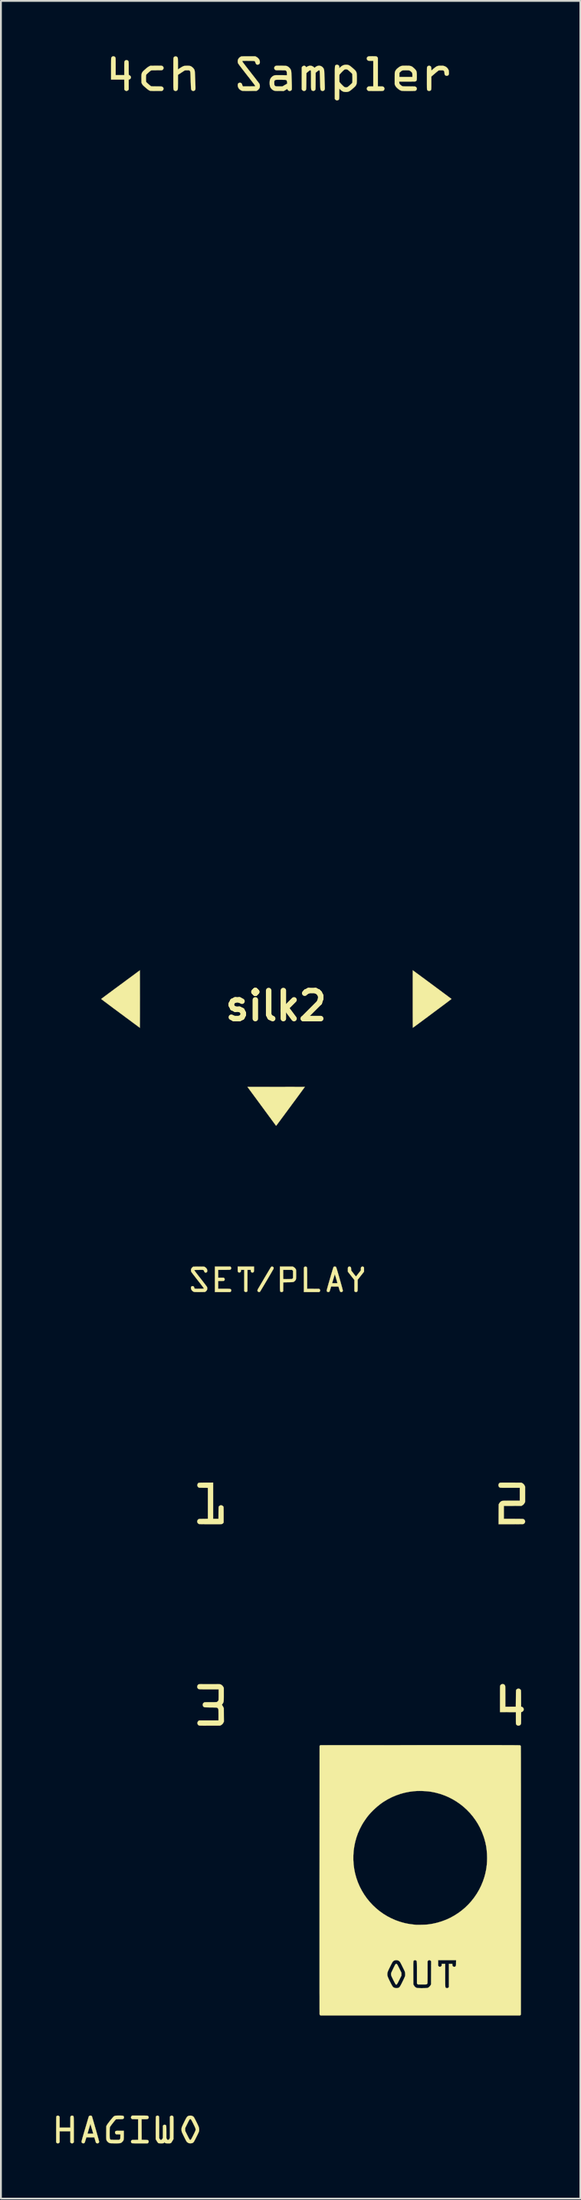
<source format=kicad_pcb>
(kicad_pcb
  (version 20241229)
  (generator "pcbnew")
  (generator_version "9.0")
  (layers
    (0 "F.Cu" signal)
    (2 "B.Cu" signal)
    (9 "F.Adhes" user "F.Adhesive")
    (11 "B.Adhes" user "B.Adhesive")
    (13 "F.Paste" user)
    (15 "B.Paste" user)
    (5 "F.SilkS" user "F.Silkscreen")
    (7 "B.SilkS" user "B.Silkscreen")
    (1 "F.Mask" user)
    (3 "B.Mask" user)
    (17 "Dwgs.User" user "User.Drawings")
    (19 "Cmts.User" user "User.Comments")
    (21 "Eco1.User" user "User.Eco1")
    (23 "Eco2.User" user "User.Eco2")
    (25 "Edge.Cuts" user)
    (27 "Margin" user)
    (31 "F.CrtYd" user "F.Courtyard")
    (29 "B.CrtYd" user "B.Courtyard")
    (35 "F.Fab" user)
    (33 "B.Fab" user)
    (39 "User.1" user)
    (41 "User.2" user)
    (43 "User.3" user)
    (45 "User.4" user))
  (footprint "silk2"
    (layer "F.Cu")
    (at 11.961 51.594)
    (property "Reference" "silk2" (at 0 0 0) (layer "F.SilkS") (effects (font (size 1.524 1.524) (thickness 0.3))))
    (attr through_hole)
    (fp_poly (pts (xy 1.635 14.167) (xy 1.661 14.181) (xy 1.679 14.206) (xy 1.682 14.214) (xy 1.684 14.225) (xy 1.686 14.241) (xy 1.688 14.264) (xy 1.689 14.294) (xy 1.691 14.334) (xy 1.691 14.384) (xy 1.692 14.446) (xy 1.692 14.52) (xy 1.693 14.609) (xy 1.693 14.713) (xy 1.693 14.8) (xy 1.693 15.367) (xy 2.021 15.369) (xy 2.35 15.372) (xy 2.377 15.402) (xy 2.394 15.424) (xy 2.4 15.443) (xy 2.399 15.468) (xy 2.399 15.469) (xy 2.386 15.506) (xy 2.371 15.525) (xy 2.348 15.545) (xy 1.515 15.545) (xy 1.515 14.217) (xy 1.538 14.19) (xy 1.559 14.17) (xy 1.582 14.163) (xy 1.597 14.162) (xy 1.635 14.167)) (stroke (width 0.01) (type solid)) (fill yes) (layer "F.SilkS"))
    (fp_poly (pts (xy -1.196 14.29) (xy -1.197 14.349) (xy -1.199 14.393) (xy -1.204 14.424) (xy -1.211 14.446) (xy -1.222 14.462) (xy -1.238 14.473) (xy -1.247 14.477) (xy -1.284 14.487) (xy -1.318 14.48) (xy -1.346 14.461) (xy -1.366 14.429) (xy -1.374 14.388) (xy -1.374 14.383) (xy -1.374 14.34) (xy -1.551 14.34) (xy -1.555 15.502) (xy -1.58 15.523) (xy -1.614 15.542) (xy -1.651 15.545) (xy -1.686 15.532) (xy -1.702 15.519) (xy -1.728 15.493) (xy -1.728 14.34) (xy -1.903 14.34) (xy -1.907 14.39) (xy -1.916 14.433) (xy -1.935 14.462) (xy -1.965 14.478) (xy -1.998 14.481) (xy -2.026 14.479) (xy -2.045 14.469) (xy -2.06 14.454) (xy -2.069 14.443) (xy -2.075 14.432) (xy -2.079 14.418) (xy -2.081 14.397) (xy -2.082 14.367) (xy -2.083 14.324) (xy -2.083 14.295) (xy -2.083 14.162) (xy -1.196 14.162) (xy -1.196 14.29)) (stroke (width 0.01) (type solid)) (fill yes) (layer "F.SilkS"))
    (fp_poly (pts (xy -7.402 -1.152) (xy -7.402 -1.01) (xy -7.402 -0.854) (xy -7.402 -0.688) (xy -7.401 -0.515) (xy -7.401 -0.338) (xy -7.402 -0.163) (xy -7.402 0.008) (xy -7.402 0.171) (xy -7.402 0.322) (xy -7.402 0.409) (xy -7.405 1.19) (xy -8.457 0.411) (xy -8.578 0.321) (xy -8.695 0.234) (xy -8.808 0.151) (xy -8.915 0.071) (xy -9.015 -0.004) (xy -9.109 -0.074) (xy -9.194 -0.138) (xy -9.271 -0.196) (xy -9.339 -0.246) (xy -9.396 -0.29) (xy -9.442 -0.325) (xy -9.476 -0.351) (xy -9.498 -0.368) (xy -9.506 -0.376) (xy -9.506 -0.376) (xy -9.499 -0.382) (xy -9.478 -0.398) (xy -9.445 -0.423) (xy -9.4 -0.457) (xy -9.343 -0.5) (xy -9.276 -0.55) (xy -9.2 -0.606) (xy -9.115 -0.67) (xy -9.022 -0.739) (xy -8.922 -0.813) (xy -8.815 -0.892) (xy -8.703 -0.975) (xy -8.586 -1.061) (xy -8.465 -1.15) (xy -8.454 -1.158) (xy -7.405 -1.932) (xy -7.402 -1.152)) (stroke (width 0.01) (type solid)) (fill yes) (layer "F.SilkS"))
    (fp_poly (pts (xy -2.461 14.186) (xy -2.441 14.216) (xy -2.436 14.251) (xy -2.445 14.284) (xy -2.466 14.313) (xy -2.496 14.331) (xy -2.51 14.333) (xy -2.54 14.335) (xy -2.582 14.337) (xy -2.637 14.338) (xy -2.7 14.339) (xy -2.771 14.339) (xy -2.832 14.34) (xy -3.146 14.34) (xy -3.146 14.765) (xy -2.844 14.765) (xy -2.818 14.791) (xy -2.796 14.823) (xy -2.791 14.86) (xy -2.801 14.896) (xy -2.813 14.913) (xy -2.834 14.938) (xy -3.146 14.943) (xy -3.146 15.368) (xy -2.831 15.368) (xy -2.741 15.368) (xy -2.667 15.368) (xy -2.608 15.369) (xy -2.56 15.371) (xy -2.524 15.374) (xy -2.497 15.378) (xy -2.478 15.383) (xy -2.464 15.39) (xy -2.455 15.398) (xy -2.448 15.408) (xy -2.447 15.411) (xy -2.44 15.431) (xy -2.437 15.459) (xy -2.437 15.464) (xy -2.44 15.491) (xy -2.453 15.512) (xy -2.464 15.522) (xy -2.492 15.545) (xy -3.323 15.545) (xy -3.323 14.162) (xy -2.484 14.162) (xy -2.461 14.186)) (stroke (width 0.01) (type solid)) (fill yes) (layer "F.SilkS"))
    (fp_poly (pts (xy 0.904 4.397) (xy 1.027 4.398) (xy 1.139 4.398) (xy 1.24 4.398) (xy 1.33 4.398) (xy 1.406 4.398) (xy 1.469 4.399) (xy 1.517 4.399) (xy 1.549 4.399) (xy 1.565 4.4) (xy 1.567 4.4) (xy 1.562 4.407) (xy 1.547 4.428) (xy 1.523 4.461) (xy 1.491 4.505) (xy 1.451 4.559) (xy 1.404 4.624) (xy 1.351 4.696) (xy 1.292 4.776) (xy 1.229 4.863) (xy 1.161 4.955) (xy 1.09 5.052) (xy 1.016 5.152) (xy 0.939 5.255) (xy 0.862 5.36) (xy 0.784 5.466) (xy 0.706 5.571) (xy 0.629 5.676) (xy 0.553 5.778) (xy 0.48 5.877) (xy 0.41 5.972) (xy 0.343 6.062) (xy 0.281 6.146) (xy 0.223 6.224) (xy 0.172 6.293) (xy 0.127 6.353) (xy 0.089 6.404) (xy 0.059 6.444) (xy 0.037 6.472) (xy 0.025 6.488) (xy 0.024 6.489) (xy 0.004 6.513) (xy -0.774 5.456) (xy -1.552 4.4) (xy 0.006 4.398) (xy 0.17 4.398) (xy 0.33 4.398) (xy 0.485 4.398) (xy 0.632 4.397) (xy 0.772 4.397) (xy 0.904 4.397)) (stroke (width 0.01) (type solid)) (fill yes) (layer "F.SilkS"))
    (fp_poly (pts (xy 6.561 52.043) (xy 6.573 52.052) (xy 6.587 52.068) (xy 6.603 52.093) (xy 6.623 52.129) (xy 6.647 52.176) (xy 6.678 52.236) (xy 6.703 52.287) (xy 6.82 52.524) (xy 6.82 52.677) (xy 6.705 52.909) (xy 6.669 52.981) (xy 6.639 53.039) (xy 6.615 53.083) (xy 6.596 53.116) (xy 6.58 53.14) (xy 6.567 53.155) (xy 6.555 53.163) (xy 6.544 53.166) (xy 6.541 53.166) (xy 6.523 53.161) (xy 6.509 53.154) (xy 6.501 53.143) (xy 6.486 53.118) (xy 6.466 53.082) (xy 6.441 53.036) (xy 6.413 52.982) (xy 6.384 52.924) (xy 6.377 52.91) (xy 6.343 52.842) (xy 6.317 52.788) (xy 6.297 52.745) (xy 6.282 52.712) (xy 6.272 52.686) (xy 6.265 52.664) (xy 6.261 52.646) (xy 6.259 52.629) (xy 6.259 52.622) (xy 6.258 52.585) (xy 6.262 52.549) (xy 6.266 52.531) (xy 6.273 52.514) (xy 6.286 52.484) (xy 6.305 52.443) (xy 6.329 52.393) (xy 6.356 52.337) (xy 6.385 52.277) (xy 6.386 52.274) (xy 6.419 52.207) (xy 6.445 52.154) (xy 6.466 52.114) (xy 6.482 52.085) (xy 6.495 52.065) (xy 6.505 52.053) (xy 6.513 52.047) (xy 6.518 52.045) (xy 6.534 52.041) (xy 6.548 52.04) (xy 6.561 52.043)) (stroke (width 0.01) (type solid)) (fill yes) (layer "F.SilkS"))
    (fp_poly (pts (xy -0.177 14.169) (xy -0.147 14.189) (xy -0.131 14.218) (xy -0.129 14.254) (xy -0.136 14.281) (xy -0.143 14.295) (xy -0.158 14.322) (xy -0.181 14.361) (xy -0.21 14.411) (xy -0.244 14.471) (xy -0.283 14.538) (xy -0.326 14.611) (xy -0.372 14.69) (xy -0.42 14.772) (xy -0.47 14.857) (xy -0.52 14.942) (xy -0.57 15.026) (xy -0.619 15.109) (xy -0.666 15.188) (xy -0.711 15.263) (xy -0.752 15.331) (xy -0.788 15.392) (xy -0.819 15.444) (xy -0.845 15.485) (xy -0.863 15.515) (xy -0.874 15.531) (xy -0.876 15.534) (xy -0.902 15.545) (xy -0.935 15.543) (xy -0.967 15.531) (xy -0.983 15.519) (xy -1.005 15.489) (xy -1.01 15.454) (xy -0.998 15.414) (xy -0.996 15.409) (xy -0.988 15.395) (xy -0.972 15.367) (xy -0.949 15.327) (xy -0.919 15.276) (xy -0.884 15.217) (xy -0.845 15.15) (xy -0.802 15.076) (xy -0.755 14.998) (xy -0.707 14.916) (xy -0.658 14.832) (xy -0.608 14.747) (xy -0.558 14.663) (xy -0.51 14.582) (xy -0.463 14.504) (xy -0.42 14.431) (xy -0.38 14.364) (xy -0.345 14.306) (xy -0.316 14.257) (xy -0.293 14.218) (xy -0.277 14.192) (xy -0.268 14.179) (xy -0.268 14.178) (xy -0.246 14.166) (xy -0.217 14.162) (xy -0.177 14.169)) (stroke (width 0.01) (type solid)) (fill yes) (layer "F.SilkS"))
    (fp_poly (pts (xy 4.741 14.168) (xy 4.764 14.184) (xy 4.773 14.194) (xy 4.779 14.204) (xy 4.783 14.219) (xy 4.785 14.241) (xy 4.786 14.275) (xy 4.786 14.322) (xy 4.786 14.439) (xy 4.613 14.657) (xy 4.44 14.876) (xy 4.44 15.169) (xy 4.44 15.259) (xy 4.439 15.335) (xy 4.438 15.398) (xy 4.436 15.445) (xy 4.433 15.477) (xy 4.431 15.49) (xy 4.412 15.52) (xy 4.383 15.539) (xy 4.349 15.546) (xy 4.315 15.54) (xy 4.286 15.522) (xy 4.263 15.498) (xy 4.263 14.889) (xy 3.909 14.441) (xy 3.909 14.325) (xy 3.909 14.278) (xy 3.909 14.244) (xy 3.912 14.222) (xy 3.915 14.207) (xy 3.921 14.196) (xy 3.93 14.186) (xy 3.952 14.169) (xy 3.978 14.163) (xy 3.988 14.162) (xy 4.026 14.167) (xy 4.054 14.181) (xy 4.072 14.207) (xy 4.082 14.246) (xy 4.086 14.3) (xy 4.086 14.301) (xy 4.086 14.371) (xy 4.215 14.537) (xy 4.257 14.591) (xy 4.29 14.632) (xy 4.315 14.662) (xy 4.333 14.681) (xy 4.345 14.691) (xy 4.352 14.694) (xy 4.356 14.693) (xy 4.365 14.682) (xy 4.382 14.661) (xy 4.408 14.629) (xy 4.439 14.59) (xy 4.474 14.546) (xy 4.492 14.522) (xy 4.617 14.364) (xy 4.617 14.287) (xy 4.618 14.249) (xy 4.62 14.224) (xy 4.624 14.207) (xy 4.633 14.194) (xy 4.641 14.186) (xy 4.671 14.167) (xy 4.706 14.161) (xy 4.741 14.168)) (stroke (width 0.01) (type solid)) (fill yes) (layer "F.SilkS"))
    (fp_poly (pts (xy -11.831 60.289) (xy -11.804 60.308) (xy -11.8 60.313) (xy -11.769 60.343) (xy -11.769 60.939) (xy -11.185 60.939) (xy -11.184 60.64) (xy -11.184 60.558) (xy -11.184 60.493) (xy -11.183 60.441) (xy -11.182 60.401) (xy -11.181 60.372) (xy -11.179 60.352) (xy -11.176 60.337) (xy -11.173 60.328) (xy -11.169 60.322) (xy -11.137 60.295) (xy -11.099 60.283) (xy -11.058 60.289) (xy -11.047 60.293) (xy -11.038 60.297) (xy -11.031 60.301) (xy -11.024 60.307) (xy -11.018 60.314) (xy -11.014 60.326) (xy -11.01 60.342) (xy -11.007 60.364) (xy -11.004 60.393) (xy -11.002 60.43) (xy -11.001 60.477) (xy -11 60.534) (xy -10.999 60.603) (xy -10.999 60.685) (xy -10.998 60.781) (xy -10.998 60.892) (xy -10.998 61.02) (xy -10.998 61.735) (xy -11.026 61.762) (xy -11.048 61.781) (xy -11.071 61.788) (xy -11.093 61.79) (xy -11.123 61.787) (xy -11.145 61.776) (xy -11.159 61.764) (xy -11.185 61.738) (xy -11.185 61.134) (xy -11.769 61.134) (xy -11.769 61.735) (xy -11.797 61.762) (xy -11.819 61.781) (xy -11.842 61.788) (xy -11.864 61.79) (xy -11.894 61.787) (xy -11.916 61.776) (xy -11.93 61.764) (xy -11.956 61.738) (xy -11.956 61.041) (xy -11.955 60.893) (xy -11.955 60.761) (xy -11.954 60.647) (xy -11.954 60.55) (xy -11.953 60.471) (xy -11.951 60.408) (xy -11.95 60.363) (xy -11.948 60.336) (xy -11.946 60.327) (xy -11.927 60.306) (xy -11.897 60.291) (xy -11.864 60.283) (xy -11.858 60.283) (xy -11.831 60.289)) (stroke (width 0.01) (type solid)) (fill yes) (layer "F.SilkS"))
    (fp_poly (pts (xy -7.412 60.283) (xy -7.315 60.283) (xy -7.235 60.283) (xy -7.169 60.283) (xy -7.115 60.284) (xy -7.074 60.285) (xy -7.041 60.286) (xy -7.017 60.287) (xy -7 60.289) (xy -6.987 60.292) (xy -6.978 60.295) (xy -6.971 60.299) (xy -6.969 60.3) (xy -6.941 60.327) (xy -6.927 60.361) (xy -6.928 60.399) (xy -6.935 60.418) (xy -6.946 60.438) (xy -6.96 60.453) (xy -6.979 60.464) (xy -7.005 60.471) (xy -7.042 60.475) (xy -7.092 60.477) (xy -7.156 60.478) (xy -7.16 60.478) (xy -7.312 60.478) (xy -7.307 61.599) (xy -7.141 61.603) (xy -7.083 61.605) (xy -7.04 61.607) (xy -7.009 61.608) (xy -6.988 61.611) (xy -6.974 61.615) (xy -6.964 61.62) (xy -6.956 61.627) (xy -6.951 61.632) (xy -6.935 61.653) (xy -6.928 61.679) (xy -6.927 61.697) (xy -6.928 61.724) (xy -6.936 61.744) (xy -6.954 61.762) (xy -6.955 61.764) (xy -6.984 61.79) (xy -7.407 61.789) (xy -7.505 61.789) (xy -7.587 61.789) (xy -7.654 61.789) (xy -7.709 61.788) (xy -7.751 61.787) (xy -7.784 61.786) (xy -7.808 61.785) (xy -7.825 61.783) (xy -7.836 61.78) (xy -7.844 61.777) (xy -7.849 61.774) (xy -7.876 61.742) (xy -7.887 61.704) (xy -7.888 61.696) (xy -7.879 61.658) (xy -7.855 61.625) (xy -7.849 61.619) (xy -7.84 61.614) (xy -7.828 61.61) (xy -7.809 61.607) (xy -7.781 61.605) (xy -7.741 61.604) (xy -7.687 61.604) (xy -7.664 61.604) (xy -7.498 61.603) (xy -7.498 60.479) (xy -7.667 60.476) (xy -7.836 60.473) (xy -7.862 60.445) (xy -7.884 60.409) (xy -7.889 60.372) (xy -7.876 60.336) (xy -7.858 60.313) (xy -7.827 60.283) (xy -7.412 60.283)) (stroke (width 0.01) (type solid)) (fill yes) (layer "F.SilkS"))
    (fp_poly (pts (xy 0.955 14.185) (xy 1.005 14.219) (xy 1.049 14.264) (xy 1.078 14.312) (xy 1.083 14.323) (xy 1.087 14.336) (xy 1.09 14.354) (xy 1.092 14.379) (xy 1.093 14.413) (xy 1.094 14.458) (xy 1.094 14.516) (xy 1.095 14.588) (xy 1.094 14.666) (xy 1.094 14.728) (xy 1.092 14.777) (xy 1.089 14.816) (xy 1.084 14.846) (xy 1.076 14.87) (xy 1.066 14.89) (xy 1.052 14.908) (xy 1.034 14.928) (xy 1.021 14.941) (xy 1.003 14.959) (xy 0.986 14.973) (xy 0.968 14.985) (xy 0.948 14.994) (xy 0.923 15) (xy 0.891 15.005) (xy 0.849 15.008) (xy 0.797 15.01) (xy 0.73 15.012) (xy 0.656 15.013) (xy 0.394 15.018) (xy 0.39 15.498) (xy 0.366 15.522) (xy 0.343 15.539) (xy 0.315 15.544) (xy 0.307 15.545) (xy 0.28 15.542) (xy 0.258 15.537) (xy 0.255 15.535) (xy 0.247 15.531) (xy 0.24 15.526) (xy 0.235 15.519) (xy 0.23 15.51) (xy 0.226 15.497) (xy 0.222 15.478) (xy 0.219 15.453) (xy 0.217 15.421) (xy 0.216 15.38) (xy 0.214 15.329) (xy 0.214 15.267) (xy 0.213 15.192) (xy 0.213 15.104) (xy 0.213 15.001) (xy 0.213 14.882) (xy 0.213 14.34) (xy 0.39 14.34) (xy 0.39 14.586) (xy 0.39 14.651) (xy 0.391 14.709) (xy 0.392 14.76) (xy 0.393 14.8) (xy 0.395 14.827) (xy 0.396 14.839) (xy 0.396 14.839) (xy 0.407 14.841) (xy 0.432 14.842) (xy 0.471 14.843) (xy 0.52 14.844) (xy 0.577 14.844) (xy 0.636 14.843) (xy 0.868 14.84) (xy 0.897 14.811) (xy 0.926 14.782) (xy 0.926 14.394) (xy 0.9 14.367) (xy 0.874 14.34) (xy 0.39 14.34) (xy 0.213 14.34) (xy 0.213 14.162) (xy 0.909 14.162) (xy 0.955 14.185)) (stroke (width 0.01) (type solid)) (fill yes) (layer "F.SilkS"))
    (fp_poly (pts (xy 5.312 -51.588) (xy 5.368 -51.587) (xy 5.412 -51.585) (xy 5.445 -51.58) (xy 5.469 -51.573) (xy 5.487 -51.563) (xy 5.502 -51.55) (xy 5.516 -51.533) (xy 5.519 -51.528) (xy 5.539 -51.498) (xy 5.539 -49.949) (xy 5.67 -49.949) (xy 5.732 -49.948) (xy 5.779 -49.946) (xy 5.813 -49.94) (xy 5.839 -49.93) (xy 5.858 -49.916) (xy 5.873 -49.895) (xy 5.883 -49.877) (xy 5.895 -49.849) (xy 5.899 -49.828) (xy 5.895 -49.806) (xy 5.894 -49.802) (xy 5.884 -49.773) (xy 5.872 -49.749) (xy 5.87 -49.747) (xy 5.863 -49.736) (xy 5.854 -49.727) (xy 5.843 -49.72) (xy 5.827 -49.715) (xy 5.806 -49.71) (xy 5.778 -49.707) (xy 5.742 -49.704) (xy 5.694 -49.703) (xy 5.635 -49.702) (xy 5.562 -49.701) (xy 5.474 -49.701) (xy 5.413 -49.701) (xy 5.32 -49.701) (xy 5.244 -49.701) (xy 5.181 -49.702) (xy 5.132 -49.702) (xy 5.093 -49.703) (xy 5.064 -49.704) (xy 5.043 -49.706) (xy 5.027 -49.708) (xy 5.016 -49.711) (xy 5.007 -49.715) (xy 5.001 -49.719) (xy 4.968 -49.747) (xy 4.945 -49.784) (xy 4.937 -49.824) (xy 4.936 -49.825) (xy 4.945 -49.865) (xy 4.967 -49.902) (xy 4.999 -49.931) (xy 5.001 -49.932) (xy 5.014 -49.939) (xy 5.03 -49.943) (xy 5.051 -49.947) (xy 5.081 -49.948) (xy 5.123 -49.949) (xy 5.16 -49.949) (xy 5.291 -49.949) (xy 5.291 -51.341) (xy 5.161 -51.341) (xy 5.109 -51.341) (xy 5.072 -51.342) (xy 5.045 -51.344) (xy 5.025 -51.348) (xy 5.01 -51.354) (xy 4.999 -51.359) (xy 4.963 -51.388) (xy 4.942 -51.425) (xy 4.936 -51.468) (xy 4.94 -51.501) (xy 4.954 -51.528) (xy 4.96 -51.536) (xy 4.975 -51.552) (xy 4.99 -51.564) (xy 5.008 -51.574) (xy 5.031 -51.58) (xy 5.062 -51.585) (xy 5.103 -51.587) (xy 5.157 -51.588) (xy 5.225 -51.589) (xy 5.24 -51.589) (xy 5.312 -51.588)) (stroke (width 0.01) (type solid)) (fill yes) (layer "F.SilkS"))
    (fp_poly (pts (xy 7.446 -1.927) (xy 7.467 -1.912) (xy 7.501 -1.888) (xy 7.545 -1.855) (xy 7.6 -1.815) (xy 7.665 -1.767) (xy 7.738 -1.714) (xy 7.818 -1.655) (xy 7.905 -1.59) (xy 7.998 -1.522) (xy 8.095 -1.451) (xy 8.196 -1.376) (xy 8.299 -1.3) (xy 8.405 -1.222) (xy 8.511 -1.143) (xy 8.616 -1.065) (xy 8.721 -0.987) (xy 8.824 -0.911) (xy 8.923 -0.838) (xy 9.019 -0.767) (xy 9.109 -0.7) (xy 9.194 -0.637) (xy 9.272 -0.579) (xy 9.341 -0.527) (xy 9.402 -0.482) (xy 9.454 -0.443) (xy 9.494 -0.413) (xy 9.523 -0.391) (xy 9.539 -0.379) (xy 9.542 -0.376) (xy 9.535 -0.37) (xy 9.515 -0.355) (xy 9.483 -0.33) (xy 9.439 -0.297) (xy 9.385 -0.256) (xy 9.321 -0.208) (xy 9.249 -0.154) (xy 9.169 -0.094) (xy 9.083 -0.029) (xy 8.991 0.039) (xy 8.895 0.111) (xy 8.794 0.186) (xy 8.691 0.263) (xy 8.586 0.341) (xy 8.48 0.42) (xy 8.375 0.499) (xy 8.27 0.576) (xy 8.168 0.653) (xy 8.068 0.726) (xy 7.973 0.797) (xy 7.882 0.865) (xy 7.797 0.927) (xy 7.719 0.985) (xy 7.648 1.037) (xy 7.587 1.082) (xy 7.535 1.12) (xy 7.494 1.15) (xy 7.464 1.172) (xy 7.447 1.184) (xy 7.443 1.186) (xy 7.442 1.178) (xy 7.441 1.152) (xy 7.441 1.111) (xy 7.44 1.055) (xy 7.439 0.985) (xy 7.439 0.901) (xy 7.438 0.805) (xy 7.438 0.698) (xy 7.437 0.579) (xy 7.437 0.452) (xy 7.436 0.315) (xy 7.436 0.171) (xy 7.436 0.019) (xy 7.436 -0.139) (xy 7.436 -0.302) (xy 7.436 -0.371) (xy 7.436 -0.536) (xy 7.436 -0.696) (xy 7.436 -0.851) (xy 7.436 -0.998) (xy 7.436 -1.139) (xy 7.436 -1.27) (xy 7.436 -1.393) (xy 7.437 -1.505) (xy 7.437 -1.606) (xy 7.437 -1.696) (xy 7.437 -1.772) (xy 7.438 -1.834) (xy 7.438 -1.882) (xy 7.438 -1.915) (xy 7.438 -1.93) (xy 7.439 -1.932) (xy 7.446 -1.927)) (stroke (width 0.01) (type solid)) (fill yes) (layer "F.SilkS"))
    (fp_poly (pts (xy 12.498 25.898) (xy 12.588 25.898) (xy 12.693 25.898) (xy 12.766 25.898) (xy 13.343 25.901) (xy 13.384 25.921) (xy 13.44 25.958) (xy 13.488 26.007) (xy 13.523 26.063) (xy 13.546 26.113) (xy 13.546 26.947) (xy 13.523 26.995) (xy 13.489 27.05) (xy 13.444 27.098) (xy 13.392 27.135) (xy 13.384 27.139) (xy 13.343 27.159) (xy 12.39 27.164) (xy 12.39 27.864) (xy 12.897 27.864) (xy 12.992 27.864) (xy 13.081 27.865) (xy 13.165 27.865) (xy 13.241 27.866) (xy 13.307 27.867) (xy 13.362 27.868) (xy 13.404 27.87) (xy 13.431 27.871) (xy 13.44 27.872) (xy 13.476 27.888) (xy 13.509 27.916) (xy 13.534 27.951) (xy 13.545 27.982) (xy 13.546 28.028) (xy 13.532 28.073) (xy 13.506 28.111) (xy 13.47 28.138) (xy 13.446 28.147) (xy 13.43 28.149) (xy 13.397 28.151) (xy 13.347 28.152) (xy 13.28 28.153) (xy 13.197 28.154) (xy 13.099 28.155) (xy 12.985 28.156) (xy 12.857 28.156) (xy 12.76 28.156) (xy 12.106 28.156) (xy 12.108 27.618) (xy 12.111 27.079) (xy 12.135 27.034) (xy 12.155 27.003) (xy 12.182 26.97) (xy 12.203 26.949) (xy 12.219 26.934) (xy 12.234 26.922) (xy 12.249 26.912) (xy 12.265 26.903) (xy 12.285 26.897) (xy 12.309 26.891) (xy 12.34 26.887) (xy 12.378 26.884) (xy 12.426 26.882) (xy 12.484 26.881) (xy 12.555 26.88) (xy 12.64 26.88) (xy 12.741 26.88) (xy 12.795 26.88) (xy 13.258 26.88) (xy 13.258 26.18) (xy 12.73 26.18) (xy 12.619 26.18) (xy 12.524 26.18) (xy 12.444 26.179) (xy 12.378 26.179) (xy 12.324 26.178) (xy 12.28 26.177) (xy 12.246 26.176) (xy 12.221 26.175) (xy 12.201 26.173) (xy 12.187 26.171) (xy 12.177 26.168) (xy 12.171 26.165) (xy 12.135 26.139) (xy 12.111 26.104) (xy 12.098 26.062) (xy 12.097 26.018) (xy 12.109 25.975) (xy 12.132 25.938) (xy 12.162 25.914) (xy 12.168 25.91) (xy 12.175 25.907) (xy 12.184 25.905) (xy 12.197 25.903) (xy 12.215 25.901) (xy 12.239 25.9) (xy 12.27 25.899) (xy 12.311 25.898) (xy 12.361 25.898) (xy 12.423 25.897) (xy 12.498 25.898)) (stroke (width 0.01) (type solid)) (fill yes) (layer "F.SilkS"))
    (fp_poly (pts (xy -8.812 -51.582) (xy -8.774 -51.564) (xy -8.743 -51.531) (xy -8.738 -51.525) (xy -8.735 -51.518) (xy -8.731 -51.51) (xy -8.729 -51.499) (xy -8.726 -51.484) (xy -8.725 -51.464) (xy -8.723 -51.437) (xy -8.722 -51.401) (xy -8.722 -51.355) (xy -8.721 -51.297) (xy -8.721 -51.227) (xy -8.721 -51.142) (xy -8.721 -51.04) (xy -8.721 -51.028) (xy -8.721 -50.561) (xy -8.251 -50.561) (xy -8.251 -50.926) (xy -8.251 -51.017) (xy -8.251 -51.091) (xy -8.25 -51.151) (xy -8.25 -51.199) (xy -8.249 -51.235) (xy -8.247 -51.263) (xy -8.245 -51.283) (xy -8.243 -51.298) (xy -8.24 -51.308) (xy -8.236 -51.316) (xy -8.234 -51.32) (xy -8.204 -51.355) (xy -8.166 -51.375) (xy -8.131 -51.379) (xy -8.087 -51.371) (xy -8.051 -51.348) (xy -8.029 -51.32) (xy -8.025 -51.312) (xy -8.021 -51.303) (xy -8.018 -51.291) (xy -8.016 -51.274) (xy -8.015 -51.25) (xy -8.013 -51.218) (xy -8.013 -51.176) (xy -8.012 -51.122) (xy -8.012 -51.055) (xy -8.012 -50.973) (xy -8.012 -50.93) (xy -8.012 -50.841) (xy -8.012 -50.767) (xy -8.011 -50.708) (xy -8.011 -50.662) (xy -8.01 -50.627) (xy -8.008 -50.601) (xy -8.006 -50.584) (xy -8.004 -50.573) (xy -8.001 -50.567) (xy -7.997 -50.565) (xy -7.996 -50.564) (xy -7.95 -50.543) (xy -7.916 -50.513) (xy -7.895 -50.475) (xy -7.89 -50.433) (xy -7.892 -50.421) (xy -7.905 -50.389) (xy -7.929 -50.359) (xy -7.959 -50.335) (xy -7.984 -50.325) (xy -8.012 -50.319) (xy -8.012 -49.781) (xy -8.039 -49.75) (xy -8.064 -49.728) (xy -8.093 -49.712) (xy -8.099 -49.71) (xy -8.121 -49.704) (xy -8.135 -49.703) (xy -8.149 -49.705) (xy -8.167 -49.71) (xy -8.191 -49.722) (xy -8.216 -49.741) (xy -8.22 -49.746) (xy -8.247 -49.773) (xy -8.249 -50.047) (xy -8.252 -50.321) (xy -8.969 -50.321) (xy -8.969 -50.904) (xy -8.969 -51.021) (xy -8.969 -51.121) (xy -8.969 -51.206) (xy -8.968 -51.277) (xy -8.968 -51.336) (xy -8.967 -51.384) (xy -8.966 -51.422) (xy -8.965 -51.452) (xy -8.963 -51.474) (xy -8.961 -51.491) (xy -8.959 -51.503) (xy -8.956 -51.512) (xy -8.953 -51.518) (xy -8.926 -51.554) (xy -8.891 -51.578) (xy -8.852 -51.587) (xy -8.812 -51.582)) (stroke (width 0.01) (type solid)) (fill yes) (layer "F.SilkS"))
    (fp_poly (pts (xy -3.421 27.864) (xy -3.129 27.864) (xy -3.127 27.538) (xy -3.126 27.453) (xy -3.125 27.384) (xy -3.124 27.33) (xy -3.123 27.287) (xy -3.122 27.255) (xy -3.12 27.232) (xy -3.118 27.215) (xy -3.115 27.204) (xy -3.111 27.195) (xy -3.106 27.189) (xy -3.071 27.154) (xy -3.029 27.134) (xy -2.984 27.129) (xy -2.939 27.139) (xy -2.897 27.163) (xy -2.868 27.194) (xy -2.863 27.2) (xy -2.86 27.207) (xy -2.857 27.216) (xy -2.855 27.23) (xy -2.853 27.25) (xy -2.852 27.276) (xy -2.851 27.312) (xy -2.85 27.357) (xy -2.85 27.415) (xy -2.849 27.486) (xy -2.849 27.573) (xy -2.849 27.641) (xy -2.849 28.063) (xy -2.871 28.093) (xy -2.893 28.116) (xy -2.921 28.136) (xy -2.928 28.139) (xy -2.936 28.143) (xy -2.945 28.145) (xy -2.957 28.148) (xy -2.973 28.15) (xy -2.994 28.151) (xy -3.022 28.153) (xy -3.058 28.154) (xy -3.103 28.154) (xy -3.159 28.155) (xy -3.227 28.155) (xy -3.307 28.155) (xy -3.403 28.155) (xy -3.514 28.155) (xy -3.563 28.155) (xy -3.665 28.155) (xy -3.762 28.155) (xy -3.853 28.154) (xy -3.936 28.153) (xy -4.01 28.152) (xy -4.073 28.151) (xy -4.124 28.15) (xy -4.161 28.149) (xy -4.182 28.148) (xy -4.187 28.147) (xy -4.219 28.13) (xy -4.249 28.102) (xy -4.273 28.068) (xy -4.281 28.047) (xy -4.286 27.999) (xy -4.274 27.953) (xy -4.249 27.913) (xy -4.217 27.886) (xy -4.207 27.881) (xy -4.195 27.876) (xy -4.18 27.873) (xy -4.158 27.871) (xy -4.129 27.869) (xy -4.088 27.868) (xy -4.035 27.867) (xy -3.967 27.866) (xy -3.946 27.865) (xy -3.705 27.863) (xy -3.705 26.181) (xy -3.948 26.178) (xy -4.02 26.177) (xy -4.077 26.176) (xy -4.12 26.175) (xy -4.152 26.174) (xy -4.175 26.172) (xy -4.191 26.169) (xy -4.202 26.165) (xy -4.211 26.16) (xy -4.215 26.157) (xy -4.253 26.12) (xy -4.274 26.077) (xy -4.279 26.03) (xy -4.268 25.983) (xy -4.264 25.974) (xy -4.256 25.957) (xy -4.248 25.943) (xy -4.24 25.932) (xy -4.229 25.922) (xy -4.214 25.915) (xy -4.193 25.91) (xy -4.165 25.906) (xy -4.128 25.903) (xy -4.08 25.901) (xy -4.021 25.9) (xy -3.947 25.899) (xy -3.859 25.899) (xy -3.809 25.898) (xy -3.421 25.896) (xy -3.421 27.864)) (stroke (width 0.01) (type solid)) (fill yes) (layer "F.SilkS"))
    (fp_poly (pts (xy 3.212 14.163) (xy 3.242 14.169) (xy 3.26 14.178) (xy 3.265 14.185) (xy 3.272 14.201) (xy 3.281 14.226) (xy 3.293 14.261) (xy 3.308 14.308) (xy 3.326 14.366) (xy 3.347 14.437) (xy 3.372 14.523) (xy 3.401 14.623) (xy 3.435 14.739) (xy 3.456 14.813) (xy 3.485 14.915) (xy 3.513 15.013) (xy 3.538 15.105) (xy 3.562 15.189) (xy 3.583 15.266) (xy 3.601 15.332) (xy 3.615 15.386) (xy 3.626 15.428) (xy 3.632 15.455) (xy 3.634 15.465) (xy 3.626 15.501) (xy 3.604 15.528) (xy 3.572 15.543) (xy 3.55 15.545) (xy 3.53 15.544) (xy 3.514 15.541) (xy 3.5 15.533) (xy 3.487 15.518) (xy 3.475 15.495) (xy 3.462 15.462) (xy 3.447 15.417) (xy 3.43 15.359) (xy 3.414 15.306) (xy 3.398 15.248) (xy 3.197 15.246) (xy 2.997 15.243) (xy 2.975 15.316) (xy 2.961 15.361) (xy 2.947 15.41) (xy 2.934 15.452) (xy 2.933 15.454) (xy 2.918 15.496) (xy 2.902 15.523) (xy 2.881 15.539) (xy 2.853 15.544) (xy 2.84 15.545) (xy 2.809 15.541) (xy 2.785 15.526) (xy 2.78 15.522) (xy 2.762 15.496) (xy 2.756 15.465) (xy 2.756 15.463) (xy 2.759 15.45) (xy 2.766 15.421) (xy 2.777 15.379) (xy 2.792 15.324) (xy 2.81 15.26) (xy 2.83 15.186) (xy 2.853 15.106) (xy 2.864 15.066) (xy 3.05 15.066) (xy 3.196 15.066) (xy 3.251 15.066) (xy 3.289 15.066) (xy 3.315 15.064) (xy 3.331 15.062) (xy 3.338 15.059) (xy 3.34 15.054) (xy 3.339 15.051) (xy 3.33 15.019) (xy 3.319 14.976) (xy 3.304 14.927) (xy 3.289 14.873) (xy 3.272 14.817) (xy 3.256 14.761) (xy 3.24 14.709) (xy 3.226 14.662) (xy 3.214 14.623) (xy 3.205 14.595) (xy 3.2 14.581) (xy 3.199 14.579) (xy 3.196 14.587) (xy 3.188 14.61) (xy 3.176 14.645) (xy 3.162 14.69) (xy 3.146 14.743) (xy 3.135 14.781) (xy 3.117 14.84) (xy 3.1 14.896) (xy 3.086 14.946) (xy 3.073 14.987) (xy 3.065 15.015) (xy 3.062 15.024) (xy 3.05 15.066) (xy 2.864 15.066) (xy 2.877 15.021) (xy 2.903 14.932) (xy 2.929 14.841) (xy 2.956 14.75) (xy 2.982 14.661) (xy 3.007 14.574) (xy 3.032 14.493) (xy 3.054 14.418) (xy 3.074 14.351) (xy 3.092 14.294) (xy 3.106 14.249) (xy 3.117 14.217) (xy 3.123 14.199) (xy 3.124 14.198) (xy 3.137 14.179) (xy 3.151 14.168) (xy 3.179 14.162) (xy 3.212 14.163)) (stroke (width 0.01) (type solid)) (fill yes) (layer "F.SilkS"))
    (fp_poly (pts (xy -10.049 60.29) (xy -10.021 60.311) (xy -10.007 60.334) (xy -10.003 60.346) (xy -9.995 60.374) (xy -9.982 60.416) (xy -9.966 60.471) (xy -9.947 60.538) (xy -9.924 60.615) (xy -9.9 60.702) (xy -9.872 60.795) (xy -9.844 60.895) (xy -9.814 61) (xy -9.806 61.026) (xy -9.768 61.161) (xy -9.734 61.28) (xy -9.705 61.383) (xy -9.681 61.471) (xy -9.661 61.544) (xy -9.645 61.604) (xy -9.633 61.651) (xy -9.625 61.685) (xy -9.621 61.707) (xy -9.62 61.719) (xy -9.62 61.719) (xy -9.636 61.753) (xy -9.663 61.778) (xy -9.697 61.789) (xy -9.705 61.79) (xy -9.747 61.784) (xy -9.778 61.768) (xy -9.792 61.751) (xy -9.798 61.736) (xy -9.808 61.708) (xy -9.82 61.669) (xy -9.833 61.624) (xy -9.84 61.599) (xy -9.879 61.466) (xy -10.097 61.464) (xy -10.314 61.461) (xy -10.333 61.526) (xy -10.354 61.595) (xy -10.371 61.65) (xy -10.384 61.691) (xy -10.394 61.722) (xy -10.403 61.743) (xy -10.41 61.757) (xy -10.416 61.766) (xy -10.423 61.773) (xy -10.427 61.775) (xy -10.461 61.788) (xy -10.5 61.788) (xy -10.536 61.774) (xy -10.545 61.767) (xy -10.566 61.743) (xy -10.577 61.717) (xy -10.578 61.716) (xy -10.577 61.706) (xy -10.574 61.688) (xy -10.568 61.66) (xy -10.559 61.622) (xy -10.546 61.573) (xy -10.529 61.511) (xy -10.508 61.437) (xy -10.483 61.35) (xy -10.455 61.256) (xy -10.252 61.256) (xy -10.25 61.26) (xy -10.238 61.263) (xy -10.215 61.265) (xy -10.178 61.266) (xy -10.127 61.267) (xy -10.096 61.267) (xy -9.937 61.267) (xy -10.002 61.043) (xy -10.021 60.981) (xy -10.038 60.922) (xy -10.053 60.87) (xy -10.065 60.827) (xy -10.074 60.796) (xy -10.078 60.781) (xy -10.085 60.759) (xy -10.092 60.745) (xy -10.094 60.744) (xy -10.098 60.752) (xy -10.106 60.775) (xy -10.118 60.811) (xy -10.133 60.858) (xy -10.15 60.913) (xy -10.168 60.975) (xy -10.174 60.994) (xy -10.193 61.058) (xy -10.21 61.117) (xy -10.226 61.168) (xy -10.238 61.209) (xy -10.247 61.239) (xy -10.252 61.254) (xy -10.252 61.256) (xy -10.455 61.256) (xy -10.453 61.248) (xy -10.419 61.13) (xy -10.387 61.023) (xy -10.356 60.918) (xy -10.326 60.817) (xy -10.298 60.722) (xy -10.272 60.634) (xy -10.249 60.555) (xy -10.228 60.485) (xy -10.211 60.427) (xy -10.197 60.382) (xy -10.187 60.351) (xy -10.182 60.335) (xy -10.182 60.333) (xy -10.162 60.307) (xy -10.129 60.289) (xy -10.088 60.283) (xy -10.088 60.283) (xy -10.049 60.29)) (stroke (width 0.01) (type solid)) (fill yes) (layer "F.SilkS"))
    (fp_poly (pts (xy -5.634 60.291) (xy -5.604 60.313) (xy -5.584 60.349) (xy -5.583 60.352) (xy -5.581 60.368) (xy -5.579 60.399) (xy -5.578 60.446) (xy -5.577 60.51) (xy -5.576 60.59) (xy -5.576 60.686) (xy -5.576 60.8) (xy -5.576 60.931) (xy -5.576 60.974) (xy -5.579 61.564) (xy -5.636 61.657) (xy -5.664 61.704) (xy -5.687 61.739) (xy -5.707 61.762) (xy -5.728 61.777) (xy -5.752 61.785) (xy -5.785 61.789) (xy -5.828 61.79) (xy -5.863 61.79) (xy -5.925 61.789) (xy -5.972 61.786) (xy -6.005 61.78) (xy -6.028 61.771) (xy -6.042 61.759) (xy -6.049 61.745) (xy -6.056 61.731) (xy -6.062 61.727) (xy -6.07 61.735) (xy -6.075 61.745) (xy -6.084 61.762) (xy -6.1 61.774) (xy -6.125 61.782) (xy -6.162 61.787) (xy -6.213 61.789) (xy -6.254 61.789) (xy -6.311 61.788) (xy -6.352 61.786) (xy -6.38 61.782) (xy -6.398 61.777) (xy -6.4 61.776) (xy -6.416 61.762) (xy -6.437 61.735) (xy -6.463 61.697) (xy -6.482 61.666) (xy -6.541 61.57) (xy -6.541 60.962) (xy -6.54 60.826) (xy -6.54 60.708) (xy -6.539 60.606) (xy -6.539 60.521) (xy -6.537 60.453) (xy -6.536 60.4) (xy -6.534 60.362) (xy -6.532 60.34) (xy -6.531 60.334) (xy -6.512 60.309) (xy -6.482 60.291) (xy -6.451 60.283) (xy -6.448 60.283) (xy -6.413 60.29) (xy -6.383 60.308) (xy -6.365 60.331) (xy -6.363 60.341) (xy -6.361 60.361) (xy -6.359 60.392) (xy -6.358 60.434) (xy -6.357 60.489) (xy -6.356 60.557) (xy -6.355 60.639) (xy -6.355 60.737) (xy -6.354 60.852) (xy -6.354 60.93) (xy -6.354 61.505) (xy -6.326 61.554) (xy -6.309 61.58) (xy -6.297 61.595) (xy -6.284 61.602) (xy -6.264 61.603) (xy -6.257 61.603) (xy -6.236 61.603) (xy -6.221 61.598) (xy -6.209 61.587) (xy -6.194 61.566) (xy -6.184 61.55) (xy -6.151 61.497) (xy -6.151 60.831) (xy -6.125 60.805) (xy -6.094 60.786) (xy -6.059 60.779) (xy -6.024 60.785) (xy -5.994 60.803) (xy -5.975 60.828) (xy -5.972 60.841) (xy -5.97 60.865) (xy -5.968 60.903) (xy -5.966 60.954) (xy -5.965 61.02) (xy -5.965 61.102) (xy -5.964 61.179) (xy -5.964 61.508) (xy -5.936 61.556) (xy -5.92 61.582) (xy -5.907 61.596) (xy -5.894 61.602) (xy -5.876 61.602) (xy -5.867 61.602) (xy -5.845 61.599) (xy -5.83 61.593) (xy -5.817 61.579) (xy -5.801 61.554) (xy -5.799 61.55) (xy -5.77 61.502) (xy -5.77 60.922) (xy -5.77 60.343) (xy -5.739 60.313) (xy -5.716 60.293) (xy -5.693 60.284) (xy -5.674 60.283) (xy -5.634 60.291)) (stroke (width 0.01) (type solid)) (fill yes) (layer "F.SilkS"))
    (fp_poly (pts (xy 9.007 -51.074) (xy 9.061 -51.072) (xy 9.106 -51.067) (xy 9.112 -51.066) (xy 9.185 -51.043) (xy 9.252 -51.005) (xy 9.311 -50.953) (xy 9.358 -50.89) (xy 9.369 -50.87) (xy 9.382 -50.843) (xy 9.39 -50.82) (xy 9.396 -50.796) (xy 9.399 -50.764) (xy 9.401 -50.721) (xy 9.401 -50.715) (xy 9.403 -50.668) (xy 9.402 -50.635) (xy 9.399 -50.611) (xy 9.393 -50.593) (xy 9.39 -50.588) (xy 9.365 -50.556) (xy 9.33 -50.535) (xy 9.291 -50.527) (xy 9.251 -50.53) (xy 9.215 -50.546) (xy 9.185 -50.574) (xy 9.178 -50.586) (xy 9.169 -50.614) (xy 9.164 -50.652) (xy 9.164 -50.671) (xy 9.159 -50.727) (xy 9.146 -50.769) (xy 9.122 -50.799) (xy 9.109 -50.809) (xy 9.094 -50.816) (xy 9.076 -50.822) (xy 9.053 -50.825) (xy 9.019 -50.826) (xy 8.973 -50.826) (xy 8.925 -50.825) (xy 8.883 -50.822) (xy 8.854 -50.818) (xy 8.842 -50.815) (xy 8.829 -50.807) (xy 8.804 -50.788) (xy 8.771 -50.761) (xy 8.73 -50.728) (xy 8.683 -50.689) (xy 8.633 -50.646) (xy 8.632 -50.645) (xy 8.446 -50.485) (xy 8.446 -50.137) (xy 8.446 -50.045) (xy 8.446 -49.97) (xy 8.445 -49.909) (xy 8.444 -49.861) (xy 8.442 -49.823) (xy 8.439 -49.795) (xy 8.435 -49.774) (xy 8.429 -49.758) (xy 8.421 -49.747) (xy 8.412 -49.737) (xy 8.401 -49.728) (xy 8.395 -49.724) (xy 8.361 -49.708) (xy 8.32 -49.704) (xy 8.281 -49.711) (xy 8.27 -49.716) (xy 8.245 -49.734) (xy 8.224 -49.757) (xy 8.223 -49.758) (xy 8.22 -49.764) (xy 8.217 -49.772) (xy 8.215 -49.782) (xy 8.213 -49.796) (xy 8.211 -49.816) (xy 8.21 -49.842) (xy 8.209 -49.877) (xy 8.208 -49.92) (xy 8.208 -49.974) (xy 8.207 -50.04) (xy 8.207 -50.119) (xy 8.207 -50.213) (xy 8.207 -50.322) (xy 8.207 -50.387) (xy 8.207 -50.505) (xy 8.207 -50.606) (xy 8.207 -50.693) (xy 8.207 -50.765) (xy 8.208 -50.825) (xy 8.208 -50.874) (xy 8.209 -50.913) (xy 8.21 -50.943) (xy 8.212 -50.967) (xy 8.213 -50.984) (xy 8.216 -50.996) (xy 8.218 -51.005) (xy 8.221 -51.012) (xy 8.225 -51.017) (xy 8.254 -51.05) (xy 8.292 -51.069) (xy 8.335 -51.073) (xy 8.379 -51.061) (xy 8.38 -51.061) (xy 8.405 -51.046) (xy 8.422 -51.028) (xy 8.434 -51.003) (xy 8.441 -50.967) (xy 8.445 -50.918) (xy 8.446 -50.905) (xy 8.45 -50.81) (xy 8.563 -50.907) (xy 8.617 -50.952) (xy 8.66 -50.987) (xy 8.697 -51.013) (xy 8.728 -51.032) (xy 8.757 -51.046) (xy 8.788 -51.056) (xy 8.805 -51.061) (xy 8.842 -51.068) (xy 8.892 -51.072) (xy 8.949 -51.074) (xy 9.007 -51.074)) (stroke (width 0.01) (type solid)) (fill yes) (layer "F.SilkS"))
    (fp_poly (pts (xy 12.376 36.848) (xy 12.415 36.869) (xy 12.445 36.905) (xy 12.452 36.917) (xy 12.456 36.925) (xy 12.459 36.934) (xy 12.461 36.945) (xy 12.463 36.96) (xy 12.465 36.979) (xy 12.466 37.005) (xy 12.468 37.039) (xy 12.468 37.082) (xy 12.469 37.135) (xy 12.469 37.201) (xy 12.469 37.279) (xy 12.47 37.372) (xy 12.47 37.481) (xy 12.47 37.514) (xy 12.47 38.074) (xy 12.755 38.071) (xy 13.041 38.069) (xy 13.046 37.621) (xy 13.047 37.521) (xy 13.048 37.437) (xy 13.048 37.367) (xy 13.049 37.31) (xy 13.051 37.266) (xy 13.052 37.231) (xy 13.053 37.205) (xy 13.055 37.185) (xy 13.058 37.171) (xy 13.061 37.162) (xy 13.064 37.154) (xy 13.069 37.148) (xy 13.07 37.146) (xy 13.101 37.116) (xy 13.142 37.096) (xy 13.186 37.089) (xy 13.23 37.096) (xy 13.258 37.11) (xy 13.283 37.13) (xy 13.305 37.153) (xy 13.306 37.155) (xy 13.31 37.161) (xy 13.314 37.168) (xy 13.317 37.177) (xy 13.319 37.19) (xy 13.321 37.209) (xy 13.323 37.235) (xy 13.324 37.269) (xy 13.325 37.314) (xy 13.326 37.37) (xy 13.326 37.439) (xy 13.327 37.523) (xy 13.327 37.623) (xy 13.327 37.626) (xy 13.33 38.073) (xy 13.35 38.073) (xy 13.377 38.08) (xy 13.407 38.099) (xy 13.436 38.125) (xy 13.451 38.144) (xy 13.468 38.183) (xy 13.47 38.228) (xy 13.459 38.273) (xy 13.452 38.286) (xy 13.43 38.314) (xy 13.401 38.337) (xy 13.369 38.353) (xy 13.348 38.357) (xy 13.343 38.357) (xy 13.339 38.359) (xy 13.336 38.365) (xy 13.334 38.375) (xy 13.332 38.393) (xy 13.331 38.419) (xy 13.33 38.455) (xy 13.329 38.504) (xy 13.329 38.566) (xy 13.329 38.644) (xy 13.329 38.673) (xy 13.329 38.757) (xy 13.329 38.826) (xy 13.328 38.881) (xy 13.327 38.924) (xy 13.326 38.957) (xy 13.324 38.981) (xy 13.321 38.998) (xy 13.318 39.011) (xy 13.315 39.019) (xy 13.287 39.058) (xy 13.249 39.085) (xy 13.205 39.098) (xy 13.158 39.097) (xy 13.119 39.083) (xy 13.092 39.065) (xy 13.069 39.042) (xy 13.064 39.035) (xy 13.059 39.027) (xy 13.055 39.018) (xy 13.052 39.005) (xy 13.05 38.988) (xy 13.048 38.964) (xy 13.047 38.931) (xy 13.046 38.888) (xy 13.046 38.833) (xy 13.046 38.764) (xy 13.046 38.686) (xy 13.046 38.366) (xy 12.182 38.361) (xy 12.182 37.652) (xy 12.182 37.524) (xy 12.182 37.412) (xy 12.182 37.315) (xy 12.182 37.232) (xy 12.182 37.162) (xy 12.183 37.104) (xy 12.183 37.057) (xy 12.184 37.019) (xy 12.185 36.989) (xy 12.187 36.966) (xy 12.188 36.949) (xy 12.19 36.936) (xy 12.193 36.927) (xy 12.196 36.92) (xy 12.199 36.914) (xy 12.2 36.912) (xy 12.231 36.874) (xy 12.271 36.85) (xy 12.32 36.842) (xy 12.326 36.842) (xy 12.376 36.848)) (stroke (width 0.01) (type solid)) (fill yes) (layer "F.SilkS"))
    (fp_poly (pts (xy -6.324 -51.074) (xy -6.282 -51.073) (xy -6.251 -51.072) (xy -6.228 -51.07) (xy -6.211 -51.068) (xy -6.199 -51.065) (xy -6.189 -51.061) (xy -6.186 -51.06) (xy -6.149 -51.032) (xy -6.126 -50.997) (xy -6.116 -50.958) (xy -6.121 -50.918) (xy -6.139 -50.88) (xy -6.171 -50.849) (xy -6.188 -50.839) (xy -6.198 -50.835) (xy -6.215 -50.833) (xy -6.24 -50.83) (xy -6.275 -50.829) (xy -6.321 -50.828) (xy -6.382 -50.827) (xy -6.457 -50.827) (xy -6.494 -50.827) (xy -6.575 -50.826) (xy -6.641 -50.826) (xy -6.693 -50.825) (xy -6.733 -50.824) (xy -6.761 -50.822) (xy -6.782 -50.819) (xy -6.795 -50.816) (xy -6.8 -50.814) (xy -6.821 -50.8) (xy -6.851 -50.777) (xy -6.887 -50.748) (xy -6.925 -50.716) (xy -6.963 -50.681) (xy -6.999 -50.648) (xy -7.029 -50.619) (xy -7.05 -50.596) (xy -7.06 -50.581) (xy -7.065 -50.562) (xy -7.068 -50.528) (xy -7.071 -50.484) (xy -7.072 -50.433) (xy -7.073 -50.38) (xy -7.072 -50.326) (xy -7.071 -50.277) (xy -7.069 -50.236) (xy -7.065 -50.206) (xy -7.062 -50.193) (xy -7.052 -50.18) (xy -7.03 -50.158) (xy -7.001 -50.13) (xy -6.965 -50.098) (xy -6.927 -50.064) (xy -6.889 -50.032) (xy -6.853 -50.002) (xy -6.822 -49.978) (xy -6.8 -49.962) (xy -6.79 -49.957) (xy -6.777 -49.955) (xy -6.747 -49.953) (xy -6.705 -49.952) (xy -6.653 -49.951) (xy -6.592 -49.95) (xy -6.525 -49.949) (xy -6.5 -49.949) (xy -6.421 -49.949) (xy -6.358 -49.949) (xy -6.308 -49.948) (xy -6.27 -49.946) (xy -6.242 -49.944) (xy -6.221 -49.942) (xy -6.205 -49.938) (xy -6.195 -49.935) (xy -6.157 -49.911) (xy -6.131 -49.879) (xy -6.119 -49.841) (xy -6.121 -49.801) (xy -6.136 -49.763) (xy -6.165 -49.729) (xy -6.176 -49.721) (xy -6.185 -49.716) (xy -6.194 -49.711) (xy -6.205 -49.708) (xy -6.22 -49.705) (xy -6.241 -49.704) (xy -6.27 -49.703) (xy -6.31 -49.702) (xy -6.361 -49.702) (xy -6.427 -49.702) (xy -6.504 -49.702) (xy -6.577 -49.702) (xy -6.645 -49.703) (xy -6.706 -49.704) (xy -6.758 -49.706) (xy -6.799 -49.708) (xy -6.826 -49.709) (xy -6.835 -49.711) (xy -6.864 -49.719) (xy -6.894 -49.732) (xy -6.926 -49.751) (xy -6.963 -49.777) (xy -7.007 -49.811) (xy -7.06 -49.855) (xy -7.103 -49.893) (xy -7.153 -49.937) (xy -7.192 -49.971) (xy -7.221 -49.999) (xy -7.242 -50.022) (xy -7.258 -50.041) (xy -7.271 -50.06) (xy -7.283 -50.081) (xy -7.285 -50.086) (xy -7.316 -50.147) (xy -7.319 -50.367) (xy -7.32 -50.451) (xy -7.319 -50.52) (xy -7.316 -50.578) (xy -7.309 -50.626) (xy -7.297 -50.668) (xy -7.279 -50.707) (xy -7.253 -50.744) (xy -7.219 -50.783) (xy -7.174 -50.826) (xy -7.118 -50.875) (xy -7.063 -50.923) (xy -7.01 -50.967) (xy -6.958 -51.005) (xy -6.913 -51.033) (xy -6.904 -51.037) (xy -6.838 -51.07) (xy -6.528 -51.073) (xy -6.445 -51.073) (xy -6.377 -51.074) (xy -6.324 -51.074)) (stroke (width 0.01) (type solid)) (fill yes) (layer "F.SilkS"))
    (fp_poly (pts (xy -4.614 60.287) (xy -4.555 60.303) (xy -4.504 60.333) (xy -4.477 60.358) (xy -4.464 60.377) (xy -4.444 60.409) (xy -4.42 60.454) (xy -4.391 60.508) (xy -4.359 60.57) (xy -4.325 60.637) (xy -4.291 60.707) (xy -4.256 60.779) (xy -4.238 60.819) (xy -4.207 60.892) (xy -4.188 60.956) (xy -4.18 61.017) (xy -4.18 61.078) (xy -4.183 61.103) (xy -4.186 61.121) (xy -4.191 61.141) (xy -4.198 61.163) (xy -4.209 61.19) (xy -4.224 61.224) (xy -4.244 61.267) (xy -4.269 61.32) (xy -4.302 61.386) (xy -4.328 61.44) (xy -4.368 61.519) (xy -4.4 61.583) (xy -4.427 61.634) (xy -4.45 61.675) (xy -4.469 61.705) (xy -4.487 61.729) (xy -4.503 61.746) (xy -4.52 61.758) (xy -4.538 61.767) (xy -4.558 61.776) (xy -4.563 61.777) (xy -4.594 61.784) (xy -4.635 61.788) (xy -4.679 61.788) (xy -4.719 61.784) (xy -4.746 61.778) (xy -4.795 61.753) (xy -4.837 61.722) (xy -4.859 61.698) (xy -4.871 61.679) (xy -4.89 61.646) (xy -4.913 61.603) (xy -4.94 61.552) (xy -4.969 61.494) (xy -4.999 61.434) (xy -5.028 61.374) (xy -5.056 61.315) (xy -5.081 61.262) (xy -5.102 61.216) (xy -5.118 61.18) (xy -5.126 61.156) (xy -5.127 61.154) (xy -5.137 61.095) (xy -5.14 61.029) (xy -5.135 60.965) (xy -5.134 60.961) (xy -4.941 60.961) (xy -4.941 61.114) (xy -4.826 61.346) (xy -4.788 61.422) (xy -4.757 61.482) (xy -4.731 61.529) (xy -4.71 61.563) (xy -4.692 61.587) (xy -4.677 61.6) (xy -4.663 61.605) (xy -4.649 61.603) (xy -4.635 61.594) (xy -4.628 61.588) (xy -4.619 61.575) (xy -4.603 61.549) (xy -4.582 61.512) (xy -4.558 61.466) (xy -4.531 61.414) (xy -4.503 61.359) (xy -4.475 61.302) (xy -4.448 61.247) (xy -4.424 61.196) (xy -4.404 61.152) (xy -4.388 61.116) (xy -4.379 61.092) (xy -4.378 61.087) (xy -4.373 61.065) (xy -4.371 61.042) (xy -4.373 61.019) (xy -4.378 60.992) (xy -4.389 60.959) (xy -4.405 60.92) (xy -4.428 60.87) (xy -4.457 60.809) (xy -4.493 60.735) (xy -4.498 60.725) (xy -4.534 60.653) (xy -4.563 60.596) (xy -4.587 60.552) (xy -4.606 60.52) (xy -4.622 60.497) (xy -4.635 60.483) (xy -4.647 60.476) (xy -4.66 60.475) (xy -4.673 60.477) (xy -4.683 60.48) (xy -4.691 60.485) (xy -4.7 60.493) (xy -4.71 60.506) (xy -4.723 60.527) (xy -4.739 60.556) (xy -4.76 60.596) (xy -4.787 60.649) (xy -4.82 60.716) (xy -4.825 60.725) (xy -4.941 60.961) (xy -5.134 60.961) (xy -5.128 60.93) (xy -5.121 60.909) (xy -5.107 60.876) (xy -5.087 60.831) (xy -5.063 60.778) (xy -5.035 60.719) (xy -5.004 60.656) (xy -4.993 60.633) (xy -4.954 60.554) (xy -4.921 60.489) (xy -4.892 60.436) (xy -4.868 60.395) (xy -4.847 60.364) (xy -4.826 60.34) (xy -4.807 60.323) (xy -4.786 60.311) (xy -4.763 60.301) (xy -4.745 60.296) (xy -4.679 60.284) (xy -4.614 60.287)) (stroke (width 0.01) (type solid)) (fill yes) (layer "F.SilkS"))
    (fp_poly (pts (xy -8.458 60.283) (xy -8.403 60.284) (xy -8.362 60.287) (xy -8.332 60.291) (xy -8.311 60.297) (xy -8.296 60.306) (xy -8.286 60.318) (xy -8.279 60.331) (xy -8.27 60.367) (xy -8.271 60.403) (xy -8.283 60.432) (xy -8.295 60.447) (xy -8.309 60.458) (xy -8.327 60.466) (xy -8.353 60.472) (xy -8.387 60.476) (xy -8.434 60.477) (xy -8.496 60.478) (xy -8.519 60.478) (xy -8.59 60.479) (xy -8.644 60.481) (xy -8.682 60.483) (xy -8.704 60.487) (xy -8.709 60.489) (xy -8.719 60.499) (xy -8.739 60.521) (xy -8.766 60.553) (xy -8.799 60.593) (xy -8.837 60.639) (xy -8.877 60.69) (xy -8.877 60.691) (xy -8.924 60.751) (xy -8.961 60.8) (xy -8.989 60.839) (xy -9.01 60.87) (xy -9.024 60.894) (xy -9.033 60.913) (xy -9.037 60.925) (xy -9.041 60.946) (xy -9.044 60.979) (xy -9.046 61.024) (xy -9.048 61.083) (xy -9.048 61.158) (xy -9.049 61.238) (xy -9.049 61.32) (xy -9.048 61.386) (xy -9.047 61.439) (xy -9.045 61.479) (xy -9.041 61.51) (xy -9.036 61.533) (xy -9.03 61.551) (xy -9.021 61.564) (xy -9.011 61.576) (xy -9.005 61.581) (xy -8.998 61.587) (xy -8.989 61.591) (xy -8.976 61.594) (xy -8.958 61.596) (xy -8.931 61.598) (xy -8.893 61.598) (xy -8.843 61.599) (xy -8.778 61.599) (xy -8.755 61.599) (xy -8.526 61.599) (xy -8.497 61.57) (xy -8.468 61.541) (xy -8.465 61.422) (xy -8.462 61.303) (xy -8.583 61.301) (xy -8.704 61.298) (xy -8.73 61.269) (xy -8.751 61.233) (xy -8.756 61.193) (xy -8.744 61.153) (xy -8.735 61.139) (xy -8.725 61.128) (xy -8.71 61.12) (xy -8.689 61.115) (xy -8.66 61.111) (xy -8.619 61.109) (xy -8.566 61.107) (xy -8.497 61.107) (xy -8.481 61.107) (xy -8.278 61.107) (xy -8.278 61.336) (xy -8.278 61.415) (xy -8.279 61.479) (xy -8.281 61.53) (xy -8.285 61.571) (xy -8.291 61.603) (xy -8.3 61.629) (xy -8.313 61.651) (xy -8.329 61.672) (xy -8.35 61.695) (xy -8.361 61.706) (xy -8.384 61.728) (xy -8.404 61.746) (xy -8.424 61.76) (xy -8.447 61.77) (xy -8.474 61.778) (xy -8.507 61.783) (xy -8.55 61.787) (xy -8.603 61.788) (xy -8.669 61.789) (xy -8.751 61.789) (xy -8.76 61.789) (xy -8.85 61.788) (xy -8.922 61.787) (xy -8.978 61.785) (xy -9.017 61.782) (xy -9.04 61.779) (xy -9.044 61.778) (xy -9.092 61.756) (xy -9.131 61.728) (xy -9.167 61.692) (xy -9.183 61.674) (xy -9.197 61.656) (xy -9.208 61.639) (xy -9.216 61.619) (xy -9.223 61.595) (xy -9.228 61.566) (xy -9.231 61.528) (xy -9.233 61.481) (xy -9.234 61.423) (xy -9.234 61.352) (xy -9.233 61.266) (xy -9.233 61.212) (xy -9.23 60.863) (xy -9.207 60.815) (xy -9.193 60.79) (xy -9.17 60.755) (xy -9.14 60.713) (xy -9.103 60.664) (xy -9.063 60.611) (xy -9.021 60.557) (xy -8.978 60.504) (xy -8.937 60.454) (xy -8.899 60.409) (xy -8.865 60.371) (xy -8.839 60.343) (xy -8.821 60.327) (xy -8.819 60.326) (xy -8.796 60.312) (xy -8.775 60.302) (xy -8.751 60.295) (xy -8.722 60.289) (xy -8.686 60.286) (xy -8.64 60.284) (xy -8.58 60.283) (xy -8.528 60.283) (xy -8.458 60.283)) (stroke (width 0.01) (type solid)) (fill yes) (layer "F.SilkS"))
    (fp_poly (pts (xy -4.045 14.164) (xy -3.982 14.165) (xy -3.936 14.166) (xy -3.907 14.169) (xy -3.898 14.171) (xy -3.867 14.186) (xy -3.832 14.212) (xy -3.798 14.244) (xy -3.77 14.278) (xy -3.758 14.298) (xy -3.743 14.349) (xy -3.74 14.387) (xy -3.741 14.419) (xy -3.746 14.439) (xy -3.758 14.456) (xy -3.766 14.464) (xy -3.797 14.486) (xy -3.83 14.491) (xy -3.861 14.481) (xy -3.888 14.457) (xy -3.907 14.421) (xy -3.908 14.416) (xy -3.919 14.387) (xy -3.934 14.363) (xy -3.939 14.358) (xy -3.945 14.352) (xy -3.953 14.348) (xy -3.964 14.345) (xy -3.98 14.343) (xy -4.005 14.341) (xy -4.038 14.341) (xy -4.084 14.341) (xy -4.144 14.341) (xy -4.201 14.342) (xy -4.275 14.342) (xy -4.332 14.343) (xy -4.375 14.345) (xy -4.406 14.346) (xy -4.427 14.348) (xy -4.439 14.351) (xy -4.445 14.355) (xy -4.447 14.357) (xy -4.442 14.366) (xy -4.427 14.388) (xy -4.403 14.422) (xy -4.37 14.465) (xy -4.331 14.517) (xy -4.285 14.578) (xy -4.233 14.644) (xy -4.177 14.716) (xy -4.118 14.792) (xy -4.111 14.8) (xy -4.051 14.877) (xy -3.993 14.951) (xy -3.94 15.02) (xy -3.891 15.083) (xy -3.849 15.139) (xy -3.813 15.186) (xy -3.785 15.223) (xy -3.766 15.249) (xy -3.757 15.263) (xy -3.757 15.263) (xy -3.744 15.303) (xy -3.74 15.351) (xy -3.745 15.399) (xy -3.757 15.437) (xy -3.779 15.469) (xy -3.809 15.501) (xy -3.841 15.526) (xy -3.861 15.537) (xy -3.875 15.539) (xy -3.905 15.54) (xy -3.947 15.542) (xy -4 15.543) (xy -4.062 15.544) (xy -4.13 15.545) (xy -4.164 15.545) (xy -4.242 15.545) (xy -4.304 15.545) (xy -4.353 15.544) (xy -4.391 15.543) (xy -4.419 15.542) (xy -4.44 15.539) (xy -4.456 15.536) (xy -4.469 15.532) (xy -4.482 15.527) (xy -4.489 15.524) (xy -4.537 15.494) (xy -4.577 15.453) (xy -4.607 15.405) (xy -4.623 15.354) (xy -4.626 15.326) (xy -4.622 15.284) (xy -4.61 15.254) (xy -4.586 15.234) (xy -4.576 15.229) (xy -4.537 15.221) (xy -4.502 15.228) (xy -4.473 15.247) (xy -4.454 15.277) (xy -4.449 15.308) (xy -4.443 15.329) (xy -4.428 15.348) (xy -4.422 15.354) (xy -4.414 15.359) (xy -4.404 15.362) (xy -4.388 15.364) (xy -4.365 15.366) (xy -4.333 15.366) (xy -4.289 15.367) (xy -4.232 15.366) (xy -4.165 15.366) (xy -4.092 15.365) (xy -4.035 15.364) (xy -3.991 15.363) (xy -3.96 15.361) (xy -3.939 15.359) (xy -3.927 15.356) (xy -3.921 15.353) (xy -3.92 15.35) (xy -3.925 15.341) (xy -3.94 15.319) (xy -3.964 15.286) (xy -3.996 15.242) (xy -4.036 15.19) (xy -4.082 15.13) (xy -4.133 15.063) (xy -4.189 14.991) (xy -4.248 14.915) (xy -4.255 14.907) (xy -4.315 14.83) (xy -4.372 14.757) (xy -4.425 14.688) (xy -4.474 14.626) (xy -4.516 14.571) (xy -4.551 14.525) (xy -4.579 14.489) (xy -4.597 14.464) (xy -4.606 14.451) (xy -4.606 14.451) (xy -4.614 14.427) (xy -4.621 14.395) (xy -4.624 14.371) (xy -4.625 14.337) (xy -4.621 14.311) (xy -4.61 14.283) (xy -4.602 14.269) (xy -4.573 14.225) (xy -4.539 14.193) (xy -4.501 14.167) (xy -4.216 14.164) (xy -4.123 14.163) (xy -4.045 14.164)) (stroke (width 0.01) (type solid)) (fill yes) (layer "F.SilkS"))
    (fp_poly (pts (xy -1.081 -51.561) (xy -1.031 -51.532) (xy -0.983 -51.492) (xy -0.94 -51.447) (xy -0.91 -51.402) (xy -0.907 -51.397) (xy -0.89 -51.351) (xy -0.88 -51.301) (xy -0.879 -51.254) (xy -0.885 -51.213) (xy -0.894 -51.193) (xy -0.924 -51.158) (xy -0.96 -51.139) (xy -1.001 -51.134) (xy -1.031 -51.136) (xy -1.054 -51.142) (xy -1.073 -51.155) (xy -1.09 -51.178) (xy -1.106 -51.212) (xy -1.126 -51.26) (xy -1.128 -51.265) (xy -1.14 -51.296) (xy -1.152 -51.314) (xy -1.167 -51.324) (xy -1.179 -51.329) (xy -1.195 -51.331) (xy -1.225 -51.334) (xy -1.269 -51.336) (xy -1.322 -51.337) (xy -1.383 -51.339) (xy -1.448 -51.34) (xy -1.515 -51.34) (xy -1.581 -51.341) (xy -1.644 -51.341) (xy -1.701 -51.34) (xy -1.75 -51.339) (xy -1.787 -51.338) (xy -1.81 -51.336) (xy -1.815 -51.335) (xy -1.831 -51.327) (xy -1.833 -51.31) (xy -1.833 -51.306) (xy -1.827 -51.295) (xy -1.81 -51.271) (xy -1.784 -51.235) (xy -1.748 -51.187) (xy -1.704 -51.129) (xy -1.652 -51.06) (xy -1.592 -50.983) (xy -1.526 -50.897) (xy -1.453 -50.804) (xy -1.376 -50.706) (xy -1.306 -50.616) (xy -1.239 -50.53) (xy -1.175 -50.449) (xy -1.116 -50.373) (xy -1.063 -50.303) (xy -1.015 -50.241) (xy -0.975 -50.189) (xy -0.943 -50.146) (xy -0.919 -50.114) (xy -0.906 -50.095) (xy -0.903 -50.09) (xy -0.89 -50.054) (xy -0.882 -50.008) (xy -0.88 -49.959) (xy -0.884 -49.911) (xy -0.893 -49.872) (xy -0.898 -49.861) (xy -0.939 -49.801) (xy -0.988 -49.753) (xy -1.02 -49.732) (xy -1.068 -49.705) (xy -1.44 -49.704) (xy -1.537 -49.703) (xy -1.618 -49.703) (xy -1.685 -49.704) (xy -1.737 -49.705) (xy -1.779 -49.706) (xy -1.81 -49.708) (xy -1.832 -49.71) (xy -1.847 -49.713) (xy -1.85 -49.714) (xy -1.917 -49.744) (xy -1.976 -49.786) (xy -2.023 -49.838) (xy -2.058 -49.899) (xy -2.078 -49.965) (xy -2.081 -49.996) (xy -2.08 -50.052) (xy -2.067 -50.094) (xy -2.044 -50.124) (xy -2.008 -50.143) (xy -1.981 -50.149) (xy -1.935 -50.148) (xy -1.896 -50.132) (xy -1.865 -50.101) (xy -1.844 -50.058) (xy -1.838 -50.03) (xy -1.828 -49.996) (xy -1.812 -49.97) (xy -1.811 -49.97) (xy -1.791 -49.949) (xy -1.46 -49.951) (xy -1.375 -49.952) (xy -1.306 -49.953) (xy -1.251 -49.953) (xy -1.209 -49.954) (xy -1.178 -49.955) (xy -1.156 -49.957) (xy -1.142 -49.959) (xy -1.134 -49.962) (xy -1.13 -49.965) (xy -1.128 -49.97) (xy -1.128 -49.971) (xy -1.133 -49.982) (xy -1.149 -50.006) (xy -1.176 -50.044) (xy -1.213 -50.095) (xy -1.262 -50.159) (xy -1.322 -50.237) (xy -1.393 -50.329) (xy -1.475 -50.435) (xy -1.569 -50.554) (xy -1.585 -50.575) (xy -1.682 -50.699) (xy -1.768 -50.81) (xy -1.844 -50.908) (xy -1.908 -50.992) (xy -1.962 -51.062) (xy -2.004 -51.119) (xy -2.035 -51.163) (xy -2.055 -51.192) (xy -2.064 -51.208) (xy -2.079 -51.26) (xy -2.083 -51.318) (xy -2.076 -51.376) (xy -2.059 -51.427) (xy -2.058 -51.429) (xy -2.024 -51.48) (xy -1.98 -51.525) (xy -1.931 -51.558) (xy -1.92 -51.564) (xy -1.908 -51.569) (xy -1.897 -51.573) (xy -1.885 -51.576) (xy -1.869 -51.579) (xy -1.848 -51.581) (xy -1.82 -51.582) (xy -1.784 -51.583) (xy -1.737 -51.584) (xy -1.678 -51.584) (xy -1.605 -51.584) (xy -1.517 -51.584) (xy -1.13 -51.584) (xy -1.081 -51.561)) (stroke (width 0.01) (type solid)) (fill yes) (layer "F.SilkS"))
    (fp_poly (pts (xy 7.153 -51.074) (xy 7.221 -51.072) (xy 7.276 -51.066) (xy 7.322 -51.057) (xy 7.362 -51.043) (xy 7.4 -51.023) (xy 7.437 -50.997) (xy 7.477 -50.963) (xy 7.512 -50.931) (xy 7.552 -50.892) (xy 7.584 -50.857) (xy 7.609 -50.825) (xy 7.627 -50.792) (xy 7.64 -50.756) (xy 7.649 -50.713) (xy 7.654 -50.662) (xy 7.657 -50.599) (xy 7.657 -50.521) (xy 7.657 -50.501) (xy 7.657 -50.43) (xy 7.656 -50.374) (xy 7.654 -50.332) (xy 7.65 -50.3) (xy 7.643 -50.277) (xy 7.635 -50.26) (xy 7.622 -50.247) (xy 7.607 -50.236) (xy 7.601 -50.232) (xy 7.594 -50.229) (xy 7.586 -50.225) (xy 7.575 -50.223) (xy 7.559 -50.22) (xy 7.538 -50.219) (xy 7.509 -50.217) (xy 7.471 -50.216) (xy 7.422 -50.216) (xy 7.362 -50.215) (xy 7.287 -50.215) (xy 7.198 -50.215) (xy 7.135 -50.215) (xy 6.698 -50.215) (xy 6.702 -50.159) (xy 6.706 -50.123) (xy 6.714 -50.096) (xy 6.728 -50.073) (xy 6.752 -50.048) (xy 6.785 -50.02) (xy 6.807 -50.002) (xy 6.825 -49.988) (xy 6.842 -49.976) (xy 6.86 -49.967) (xy 6.88 -49.96) (xy 6.905 -49.955) (xy 6.937 -49.952) (xy 6.977 -49.95) (xy 7.028 -49.949) (xy 7.092 -49.949) (xy 7.171 -49.949) (xy 7.214 -49.949) (xy 7.299 -49.949) (xy 7.375 -49.948) (xy 7.442 -49.947) (xy 7.496 -49.945) (xy 7.537 -49.944) (xy 7.563 -49.941) (xy 7.57 -49.94) (xy 7.598 -49.927) (xy 7.624 -49.906) (xy 7.63 -49.9) (xy 7.652 -49.863) (xy 7.658 -49.823) (xy 7.65 -49.783) (xy 7.628 -49.747) (xy 7.592 -49.718) (xy 7.586 -49.714) (xy 7.57 -49.711) (xy 7.539 -49.708) (xy 7.496 -49.705) (xy 7.441 -49.704) (xy 7.379 -49.702) (xy 7.31 -49.701) (xy 7.238 -49.701) (xy 7.165 -49.701) (xy 7.093 -49.701) (xy 7.025 -49.703) (xy 6.962 -49.704) (xy 6.908 -49.706) (xy 6.865 -49.709) (xy 6.834 -49.712) (xy 6.823 -49.714) (xy 6.765 -49.735) (xy 6.706 -49.768) (xy 6.644 -49.814) (xy 6.602 -49.851) (xy 6.564 -49.887) (xy 6.537 -49.916) (xy 6.516 -49.943) (xy 6.499 -49.971) (xy 6.488 -49.993) (xy 6.456 -50.06) (xy 6.456 -50.383) (xy 6.456 -50.468) (xy 6.457 -50.537) (xy 6.457 -50.591) (xy 6.458 -50.634) (xy 6.459 -50.668) (xy 6.46 -50.689) (xy 6.709 -50.689) (xy 6.709 -50.463) (xy 7.418 -50.463) (xy 7.418 -50.561) (xy 7.417 -50.612) (xy 7.414 -50.65) (xy 7.406 -50.679) (xy 7.392 -50.704) (xy 7.37 -50.728) (xy 7.346 -50.751) (xy 7.318 -50.775) (xy 7.294 -50.794) (xy 7.271 -50.807) (xy 7.245 -50.817) (xy 7.214 -50.822) (xy 7.175 -50.825) (xy 7.124 -50.826) (xy 7.062 -50.827) (xy 6.996 -50.826) (xy 6.945 -50.825) (xy 6.905 -50.821) (xy 6.873 -50.815) (xy 6.846 -50.804) (xy 6.821 -50.789) (xy 6.795 -50.768) (xy 6.765 -50.741) (xy 6.764 -50.74) (xy 6.709 -50.689) (xy 6.46 -50.689) (xy 6.461 -50.693) (xy 6.463 -50.712) (xy 6.466 -50.727) (xy 6.47 -50.741) (xy 6.475 -50.754) (xy 6.476 -50.757) (xy 6.502 -50.81) (xy 6.532 -50.857) (xy 6.571 -50.9) (xy 6.622 -50.945) (xy 6.631 -50.951) (xy 6.688 -50.995) (xy 6.738 -51.026) (xy 6.782 -51.048) (xy 6.825 -51.062) (xy 6.842 -51.066) (xy 6.865 -51.069) (xy 6.903 -51.071) (xy 6.951 -51.073) (xy 7.006 -51.074) (xy 7.064 -51.075) (xy 7.072 -51.075) (xy 7.153 -51.074)) (stroke (width 0.01) (type solid)) (fill yes) (layer "F.SilkS"))
    (fp_poly (pts (xy 2.387 -51.07) (xy 2.448 -51.051) (xy 2.503 -51.019) (xy 2.55 -50.976) (xy 2.587 -50.922) (xy 2.611 -50.859) (xy 2.62 -50.808) (xy 2.621 -50.788) (xy 2.623 -50.752) (xy 2.625 -50.703) (xy 2.627 -50.642) (xy 2.63 -50.57) (xy 2.633 -50.49) (xy 2.637 -50.404) (xy 2.64 -50.313) (xy 2.641 -50.277) (xy 2.645 -50.173) (xy 2.648 -50.085) (xy 2.65 -50.012) (xy 2.652 -49.952) (xy 2.653 -49.904) (xy 2.653 -49.866) (xy 2.653 -49.837) (xy 2.652 -49.815) (xy 2.65 -49.799) (xy 2.648 -49.788) (xy 2.646 -49.779) (xy 2.643 -49.773) (xy 2.617 -49.737) (xy 2.582 -49.713) (xy 2.543 -49.703) (xy 2.503 -49.706) (xy 2.473 -49.72) (xy 2.46 -49.729) (xy 2.449 -49.738) (xy 2.439 -49.747) (xy 2.431 -49.759) (xy 2.425 -49.775) (xy 2.42 -49.797) (xy 2.416 -49.825) (xy 2.412 -49.862) (xy 2.409 -49.909) (xy 2.406 -49.968) (xy 2.404 -50.039) (xy 2.401 -50.125) (xy 2.398 -50.228) (xy 2.398 -50.238) (xy 2.395 -50.327) (xy 2.392 -50.412) (xy 2.39 -50.492) (xy 2.387 -50.565) (xy 2.385 -50.628) (xy 2.383 -50.679) (xy 2.382 -50.717) (xy 2.381 -50.739) (xy 2.381 -50.74) (xy 2.376 -50.783) (xy 2.367 -50.811) (xy 2.353 -50.825) (xy 2.331 -50.825) (xy 2.301 -50.81) (xy 2.262 -50.783) (xy 2.234 -50.76) (xy 2.154 -50.694) (xy 2.152 -50.24) (xy 2.151 -50.138) (xy 2.151 -50.053) (xy 2.15 -49.983) (xy 2.149 -49.926) (xy 2.148 -49.88) (xy 2.147 -49.845) (xy 2.146 -49.818) (xy 2.144 -49.798) (xy 2.142 -49.784) (xy 2.139 -49.774) (xy 2.135 -49.766) (xy 2.131 -49.76) (xy 2.129 -49.757) (xy 2.097 -49.726) (xy 2.058 -49.709) (xy 2.014 -49.707) (xy 1.972 -49.72) (xy 1.955 -49.73) (xy 1.945 -49.738) (xy 1.936 -49.745) (xy 1.929 -49.754) (xy 1.923 -49.767) (xy 1.918 -49.783) (xy 1.914 -49.805) (xy 1.911 -49.835) (xy 1.909 -49.873) (xy 1.907 -49.921) (xy 1.906 -49.981) (xy 1.906 -50.053) (xy 1.906 -50.139) (xy 1.905 -50.241) (xy 1.905 -50.3) (xy 1.905 -50.421) (xy 1.905 -50.527) (xy 1.904 -50.616) (xy 1.903 -50.689) (xy 1.901 -50.745) (xy 1.899 -50.784) (xy 1.897 -50.805) (xy 1.896 -50.809) (xy 1.88 -50.823) (xy 1.855 -50.826) (xy 1.827 -50.817) (xy 1.811 -50.807) (xy 1.793 -50.792) (xy 1.766 -50.77) (xy 1.735 -50.744) (xy 1.719 -50.731) (xy 1.653 -50.674) (xy 1.648 -50.234) (xy 1.647 -50.134) (xy 1.646 -50.05) (xy 1.645 -49.98) (xy 1.644 -49.923) (xy 1.643 -49.878) (xy 1.641 -49.844) (xy 1.64 -49.817) (xy 1.638 -49.798) (xy 1.635 -49.783) (xy 1.632 -49.773) (xy 1.628 -49.765) (xy 1.628 -49.765) (xy 1.6 -49.729) (xy 1.563 -49.708) (xy 1.521 -49.703) (xy 1.477 -49.714) (xy 1.471 -49.717) (xy 1.445 -49.735) (xy 1.423 -49.759) (xy 1.42 -49.762) (xy 1.4 -49.792) (xy 1.4 -50.983) (xy 1.42 -51.014) (xy 1.451 -51.046) (xy 1.488 -51.065) (xy 1.527 -51.072) (xy 1.566 -51.065) (xy 1.6 -51.046) (xy 1.626 -51.014) (xy 1.626 -51.013) (xy 1.639 -50.987) (xy 1.685 -51.018) (xy 1.75 -51.052) (xy 1.817 -51.07) (xy 1.884 -51.072) (xy 1.95 -51.059) (xy 2.01 -51.03) (xy 2.056 -50.994) (xy 2.091 -50.96) (xy 2.147 -51.002) (xy 2.184 -51.027) (xy 2.225 -51.049) (xy 2.255 -51.061) (xy 2.322 -51.073) (xy 2.387 -51.07)) (stroke (width 0.01) (type solid)) (fill yes) (layer "F.SilkS"))
    (fp_poly (pts (xy -5.433 -51.577) (xy -5.396 -51.563) (xy -5.366 -51.537) (xy -5.349 -51.509) (xy -5.346 -51.497) (xy -5.342 -51.481) (xy -5.34 -51.459) (xy -5.338 -51.43) (xy -5.337 -51.392) (xy -5.336 -51.342) (xy -5.335 -51.279) (xy -5.335 -51.201) (xy -5.335 -51.172) (xy -5.335 -50.87) (xy -5.284 -50.903) (xy -5.216 -50.948) (xy -5.159 -50.983) (xy -5.113 -51.011) (xy -5.074 -51.032) (xy -5.04 -51.048) (xy -5.008 -51.058) (xy -4.976 -51.065) (xy -4.942 -51.068) (xy -4.902 -51.069) (xy -4.855 -51.07) (xy -4.839 -51.07) (xy -4.783 -51.07) (xy -4.741 -51.069) (xy -4.71 -51.067) (xy -4.686 -51.063) (xy -4.666 -51.058) (xy -4.645 -51.051) (xy -4.641 -51.049) (xy -4.598 -51.026) (xy -4.552 -50.992) (xy -4.509 -50.952) (xy -4.473 -50.91) (xy -4.461 -50.892) (xy -4.451 -50.874) (xy -4.443 -50.858) (xy -4.435 -50.841) (xy -4.429 -50.821) (xy -4.424 -50.797) (xy -4.42 -50.769) (xy -4.416 -50.733) (xy -4.412 -50.689) (xy -4.409 -50.634) (xy -4.406 -50.569) (xy -4.403 -50.49) (xy -4.399 -50.396) (xy -4.395 -50.287) (xy -4.395 -50.282) (xy -4.391 -50.177) (xy -4.388 -50.088) (xy -4.386 -50.014) (xy -4.384 -49.953) (xy -4.383 -49.904) (xy -4.383 -49.865) (xy -4.383 -49.836) (xy -4.384 -49.813) (xy -4.385 -49.797) (xy -4.387 -49.786) (xy -4.39 -49.777) (xy -4.393 -49.771) (xy -4.394 -49.768) (xy -4.423 -49.733) (xy -4.46 -49.71) (xy -4.501 -49.703) (xy -4.509 -49.704) (xy -4.553 -49.715) (xy -4.586 -49.739) (xy -4.608 -49.775) (xy -4.612 -49.785) (xy -4.615 -49.798) (xy -4.618 -49.816) (xy -4.621 -49.841) (xy -4.623 -49.872) (xy -4.626 -49.914) (xy -4.628 -49.965) (xy -4.631 -50.029) (xy -4.633 -50.107) (xy -4.637 -50.199) (xy -4.639 -50.277) (xy -4.643 -50.383) (xy -4.646 -50.472) (xy -4.648 -50.547) (xy -4.651 -50.609) (xy -4.654 -50.659) (xy -4.657 -50.698) (xy -4.661 -50.729) (xy -4.665 -50.752) (xy -4.67 -50.769) (xy -4.677 -50.782) (xy -4.684 -50.792) (xy -4.693 -50.8) (xy -4.703 -50.808) (xy -4.703 -50.809) (xy -4.715 -50.817) (xy -4.727 -50.822) (xy -4.744 -50.825) (xy -4.769 -50.826) (xy -4.806 -50.826) (xy -4.843 -50.825) (xy -4.959 -50.822) (xy -5.034 -50.774) (xy -5.07 -50.751) (xy -5.116 -50.721) (xy -5.165 -50.689) (xy -5.213 -50.657) (xy -5.222 -50.651) (xy -5.335 -50.577) (xy -5.335 -50.19) (xy -5.335 -50.096) (xy -5.336 -50.018) (xy -5.336 -49.955) (xy -5.337 -49.904) (xy -5.338 -49.865) (xy -5.339 -49.834) (xy -5.341 -49.812) (xy -5.343 -49.796) (xy -5.346 -49.784) (xy -5.35 -49.774) (xy -5.351 -49.772) (xy -5.376 -49.738) (xy -5.411 -49.713) (xy -5.45 -49.702) (xy -5.459 -49.701) (xy -5.494 -49.707) (xy -5.522 -49.721) (xy -5.532 -49.728) (xy -5.541 -49.733) (xy -5.549 -49.739) (xy -5.556 -49.746) (xy -5.561 -49.756) (xy -5.566 -49.769) (xy -5.571 -49.787) (xy -5.574 -49.811) (xy -5.577 -49.841) (xy -5.579 -49.879) (xy -5.581 -49.925) (xy -5.582 -49.982) (xy -5.583 -50.05) (xy -5.583 -50.129) (xy -5.583 -50.222) (xy -5.583 -50.329) (xy -5.583 -50.451) (xy -5.583 -50.589) (xy -5.583 -50.644) (xy -5.583 -50.785) (xy -5.583 -50.911) (xy -5.583 -51.02) (xy -5.583 -51.115) (xy -5.583 -51.197) (xy -5.582 -51.266) (xy -5.582 -51.324) (xy -5.581 -51.372) (xy -5.58 -51.411) (xy -5.579 -51.442) (xy -5.577 -51.466) (xy -5.576 -51.484) (xy -5.574 -51.497) (xy -5.572 -51.507) (xy -5.569 -51.514) (xy -5.569 -51.515) (xy -5.544 -51.549) (xy -5.511 -51.571) (xy -5.472 -51.58) (xy -5.433 -51.577)) (stroke (width 0.01) (type solid)) (fill yes) (layer "F.SilkS"))
    (fp_poly (pts (xy 0.268 -51.073) (xy 0.288 -51.073) (xy 0.364 -51.072) (xy 0.425 -51.071) (xy 0.472 -51.069) (xy 0.508 -51.068) (xy 0.536 -51.066) (xy 0.557 -51.063) (xy 0.574 -51.059) (xy 0.59 -51.055) (xy 0.605 -51.049) (xy 0.606 -51.048) (xy 0.667 -51.015) (xy 0.722 -50.968) (xy 0.77 -50.912) (xy 0.806 -50.849) (xy 0.821 -50.811) (xy 0.824 -50.792) (xy 0.828 -50.757) (xy 0.832 -50.71) (xy 0.836 -50.651) (xy 0.839 -50.583) (xy 0.843 -50.508) (xy 0.846 -50.427) (xy 0.849 -50.344) (xy 0.852 -50.259) (xy 0.855 -50.175) (xy 0.857 -50.094) (xy 0.859 -50.018) (xy 0.86 -49.949) (xy 0.86 -49.888) (xy 0.86 -49.839) (xy 0.859 -49.802) (xy 0.857 -49.78) (xy 0.856 -49.776) (xy 0.832 -49.741) (xy 0.798 -49.716) (xy 0.757 -49.703) (xy 0.716 -49.704) (xy 0.714 -49.705) (xy 0.687 -49.717) (xy 0.659 -49.739) (xy 0.636 -49.765) (xy 0.623 -49.79) (xy 0.623 -49.79) (xy 0.616 -49.815) (xy 0.518 -49.758) (xy 0.421 -49.701) (xy 0.195 -49.702) (xy 0.115 -49.702) (xy 0.051 -49.703) (xy 0.001 -49.705) (xy -0.037 -49.708) (xy -0.065 -49.712) (xy -0.078 -49.715) (xy -0.123 -49.729) (xy -0.161 -49.748) (xy -0.197 -49.773) (xy -0.229 -49.802) (xy -0.272 -49.849) (xy -0.304 -49.9) (xy -0.326 -49.958) (xy -0.339 -50.025) (xy -0.344 -50.104) (xy -0.344 -50.169) (xy -0.343 -50.172) (xy -0.096 -50.172) (xy -0.096 -50.126) (xy -0.096 -50.125) (xy -0.094 -50.076) (xy -0.09 -50.04) (xy -0.083 -50.015) (xy -0.071 -49.996) (xy -0.053 -49.98) (xy -0.031 -49.966) (xy -0.02 -49.96) (xy -0.007 -49.956) (xy 0.012 -49.953) (xy 0.039 -49.951) (xy 0.076 -49.95) (xy 0.127 -49.949) (xy 0.172 -49.949) (xy 0.348 -49.949) (xy 0.479 -50.025) (xy 0.61 -50.101) (xy 0.605 -50.165) (xy 0.599 -50.213) (xy 0.589 -50.248) (xy 0.573 -50.275) (xy 0.558 -50.29) (xy 0.552 -50.295) (xy 0.544 -50.299) (xy 0.532 -50.303) (xy 0.515 -50.305) (xy 0.489 -50.307) (xy 0.454 -50.308) (xy 0.408 -50.309) (xy 0.348 -50.31) (xy 0.272 -50.311) (xy 0.265 -50.311) (xy 0.183 -50.311) (xy 0.116 -50.312) (xy 0.063 -50.311) (xy 0.023 -50.309) (xy -0.008 -50.306) (xy -0.031 -50.301) (xy -0.048 -50.293) (xy -0.06 -50.284) (xy -0.071 -50.272) (xy -0.08 -50.257) (xy -0.081 -50.257) (xy -0.088 -50.242) (xy -0.093 -50.226) (xy -0.096 -50.204) (xy -0.096 -50.172) (xy -0.343 -50.172) (xy -0.34 -50.226) (xy -0.336 -50.269) (xy -0.329 -50.303) (xy -0.321 -50.329) (xy -0.286 -50.396) (xy -0.237 -50.456) (xy -0.178 -50.505) (xy -0.111 -50.54) (xy -0.092 -50.547) (xy -0.078 -50.551) (xy -0.062 -50.554) (xy -0.041 -50.556) (xy -0.014 -50.558) (xy 0.022 -50.559) (xy 0.068 -50.56) (xy 0.126 -50.56) (xy 0.198 -50.56) (xy 0.274 -50.559) (xy 0.596 -50.556) (xy 0.592 -50.649) (xy 0.588 -50.703) (xy 0.582 -50.743) (xy 0.572 -50.771) (xy 0.558 -50.792) (xy 0.537 -50.808) (xy 0.536 -50.809) (xy 0.527 -50.814) (xy 0.516 -50.818) (xy 0.502 -50.821) (xy 0.481 -50.823) (xy 0.453 -50.825) (xy 0.416 -50.826) (xy 0.365 -50.826) (xy 0.301 -50.827) (xy 0.253 -50.827) (xy 0.176 -50.827) (xy 0.114 -50.827) (xy 0.067 -50.828) (xy 0.031 -50.83) (xy 0.005 -50.832) (xy -0.013 -50.835) (xy -0.024 -50.839) (xy -0.026 -50.84) (xy -0.064 -50.867) (xy -0.088 -50.903) (xy -0.098 -50.942) (xy -0.094 -50.983) (xy -0.074 -51.02) (xy -0.07 -51.026) (xy -0.046 -51.047) (xy -0.018 -51.064) (xy -0.01 -51.067) (xy 0.011 -51.07) (xy 0.049 -51.072) (xy 0.105 -51.073) (xy 0.178 -51.074) (xy 0.268 -51.073)) (stroke (width 0.01) (type solid)) (fill yes) (layer "F.SilkS"))
    (fp_poly (pts (xy -3.507 36.846) (xy -3.408 36.846) (xy -3.324 36.846) (xy -3.253 36.846) (xy -3.195 36.847) (xy -3.148 36.848) (xy -3.111 36.848) (xy -3.081 36.85) (xy -3.059 36.851) (xy -3.042 36.853) (xy -3.029 36.856) (xy -3.019 36.858) (xy -3.01 36.862) (xy -3.003 36.865) (xy -2.945 36.901) (xy -2.896 36.95) (xy -2.865 37) (xy -2.84 37.05) (xy -2.84 37.409) (xy -2.84 37.504) (xy -2.841 37.583) (xy -2.842 37.648) (xy -2.843 37.701) (xy -2.846 37.744) (xy -2.85 37.779) (xy -2.855 37.808) (xy -2.862 37.832) (xy -2.871 37.854) (xy -2.883 37.875) (xy -2.897 37.897) (xy -2.909 37.915) (xy -2.945 37.968) (xy -2.916 38.007) (xy -2.897 38.038) (xy -2.876 38.075) (xy -2.864 38.098) (xy -2.84 38.149) (xy -2.838 38.515) (xy -2.835 38.881) (xy -2.857 38.928) (xy -2.894 38.99) (xy -2.943 39.04) (xy -2.994 39.072) (xy -3.044 39.097) (xy -3.607 39.099) (xy -3.721 39.099) (xy -3.818 39.1) (xy -3.901 39.1) (xy -3.97 39.1) (xy -4.027 39.099) (xy -4.072 39.099) (xy -4.108 39.098) (xy -4.136 39.097) (xy -4.157 39.095) (xy -4.173 39.093) (xy -4.184 39.091) (xy -4.193 39.088) (xy -4.2 39.085) (xy -4.202 39.084) (xy -4.239 39.055) (xy -4.263 39.018) (xy -4.273 38.975) (xy -4.272 38.931) (xy -4.257 38.889) (xy -4.228 38.852) (xy -4.21 38.838) (xy -4.18 38.818) (xy -3.128 38.818) (xy -3.128 38.513) (xy -3.128 38.432) (xy -3.129 38.366) (xy -3.129 38.314) (xy -3.13 38.275) (xy -3.131 38.245) (xy -3.133 38.223) (xy -3.135 38.208) (xy -3.139 38.197) (xy -3.143 38.188) (xy -3.148 38.18) (xy -3.148 38.18) (xy -3.169 38.155) (xy -3.191 38.133) (xy -3.193 38.132) (xy -3.2 38.127) (xy -3.209 38.123) (xy -3.22 38.12) (xy -3.236 38.118) (xy -3.258 38.116) (xy -3.289 38.114) (xy -3.329 38.113) (xy -3.382 38.111) (xy -3.448 38.11) (xy -3.53 38.109) (xy -3.558 38.109) (xy -3.645 38.108) (xy -3.716 38.107) (xy -3.772 38.105) (xy -3.817 38.104) (xy -3.85 38.103) (xy -3.875 38.101) (xy -3.893 38.098) (xy -3.905 38.096) (xy -3.914 38.092) (xy -3.921 38.087) (xy -3.923 38.086) (xy -3.956 38.056) (xy -3.976 38.023) (xy -3.983 37.983) (xy -3.984 37.967) (xy -3.979 37.923) (xy -3.964 37.888) (xy -3.934 37.858) (xy -3.917 37.845) (xy -3.909 37.84) (xy -3.901 37.836) (xy -3.89 37.832) (xy -3.876 37.83) (xy -3.855 37.828) (xy -3.826 37.827) (xy -3.788 37.826) (xy -3.739 37.826) (xy -3.676 37.825) (xy -3.598 37.825) (xy -3.566 37.825) (xy -3.476 37.825) (xy -3.403 37.825) (xy -3.345 37.824) (xy -3.299 37.823) (xy -3.265 37.821) (xy -3.24 37.819) (xy -3.223 37.816) (xy -3.215 37.813) (xy -3.18 37.791) (xy -3.149 37.759) (xy -3.129 37.725) (xy -3.126 37.708) (xy -3.124 37.675) (xy -3.122 37.625) (xy -3.121 37.561) (xy -3.12 37.484) (xy -3.12 37.413) (xy -3.12 37.125) (xy -3.652 37.125) (xy -3.765 37.125) (xy -3.863 37.125) (xy -3.945 37.125) (xy -4.014 37.124) (xy -4.07 37.123) (xy -4.116 37.122) (xy -4.152 37.12) (xy -4.18 37.116) (xy -4.201 37.112) (xy -4.217 37.107) (xy -4.229 37.101) (xy -4.238 37.093) (xy -4.246 37.084) (xy -4.254 37.074) (xy -4.258 37.069) (xy -4.281 37.026) (xy -4.286 36.979) (xy -4.275 36.932) (xy -4.27 36.922) (xy -4.252 36.894) (xy -4.232 36.871) (xy -4.225 36.864) (xy -4.219 36.861) (xy -4.213 36.857) (xy -4.205 36.855) (xy -4.193 36.853) (xy -4.176 36.851) (xy -4.154 36.849) (xy -4.124 36.848) (xy -4.085 36.847) (xy -4.036 36.847) (xy -3.975 36.846) (xy -3.902 36.846) (xy -3.815 36.846) (xy -3.712 36.846) (xy -3.622 36.846) (xy -3.507 36.846)) (stroke (width 0.01) (type solid)) (fill yes) (layer "F.SilkS"))
    (fp_poly (pts (xy 3.875 -51.123) (xy 3.913 -51.116) (xy 3.949 -51.105) (xy 3.984 -51.089) (xy 4.022 -51.065) (xy 4.066 -51.033) (xy 4.118 -50.99) (xy 4.158 -50.956) (xy 4.217 -50.905) (xy 4.265 -50.861) (xy 4.304 -50.822) (xy 4.334 -50.786) (xy 4.357 -50.749) (xy 4.373 -50.71) (xy 4.384 -50.665) (xy 4.391 -50.612) (xy 4.394 -50.55) (xy 4.396 -50.474) (xy 4.396 -50.389) (xy 4.396 -50.299) (xy 4.394 -50.224) (xy 4.39 -50.162) (xy 4.384 -50.11) (xy 4.373 -50.066) (xy 4.356 -50.027) (xy 4.334 -49.991) (xy 4.305 -49.955) (xy 4.268 -49.917) (xy 4.221 -49.874) (xy 4.179 -49.837) (xy 4.114 -49.781) (xy 4.059 -49.737) (xy 4.011 -49.704) (xy 3.967 -49.68) (xy 3.924 -49.663) (xy 3.881 -49.653) (xy 3.833 -49.649) (xy 3.795 -49.648) (xy 3.718 -49.653) (xy 3.652 -49.67) (xy 3.593 -49.699) (xy 3.535 -49.743) (xy 3.505 -49.771) (xy 3.481 -49.796) (xy 3.46 -49.814) (xy 3.448 -49.824) (xy 3.446 -49.825) (xy 3.444 -49.817) (xy 3.442 -49.793) (xy 3.441 -49.755) (xy 3.44 -49.706) (xy 3.439 -49.648) (xy 3.439 -49.583) (xy 3.439 -49.55) (xy 3.439 -49.467) (xy 3.438 -49.4) (xy 3.437 -49.347) (xy 3.435 -49.306) (xy 3.431 -49.276) (xy 3.425 -49.253) (xy 3.417 -49.237) (xy 3.407 -49.225) (xy 3.393 -49.216) (xy 3.376 -49.207) (xy 3.372 -49.205) (xy 3.344 -49.193) (xy 3.322 -49.189) (xy 3.298 -49.192) (xy 3.282 -49.197) (xy 3.259 -49.208) (xy 3.234 -49.228) (xy 3.227 -49.236) (xy 3.199 -49.267) (xy 3.199 -50.154) (xy 3.199 -50.302) (xy 3.199 -50.385) (xy 3.443 -50.385) (xy 3.444 -50.331) (xy 3.444 -50.282) (xy 3.446 -50.24) (xy 3.448 -50.209) (xy 3.45 -50.194) (xy 3.459 -50.178) (xy 3.479 -50.153) (xy 3.506 -50.121) (xy 3.54 -50.085) (xy 3.576 -50.047) (xy 3.614 -50.009) (xy 3.65 -49.975) (xy 3.681 -49.946) (xy 3.706 -49.926) (xy 3.713 -49.921) (xy 3.758 -49.902) (xy 3.808 -49.895) (xy 3.856 -49.901) (xy 3.892 -49.916) (xy 3.914 -49.932) (xy 3.944 -49.956) (xy 3.979 -49.985) (xy 4.017 -50.018) (xy 4.054 -50.053) (xy 4.089 -50.085) (xy 4.118 -50.114) (xy 4.138 -50.136) (xy 4.148 -50.15) (xy 4.148 -50.15) (xy 4.151 -50.167) (xy 4.154 -50.198) (xy 4.155 -50.241) (xy 4.156 -50.292) (xy 4.157 -50.348) (xy 4.157 -50.406) (xy 4.156 -50.464) (xy 4.154 -50.518) (xy 4.153 -50.564) (xy 4.15 -50.601) (xy 4.147 -50.625) (xy 4.145 -50.631) (xy 4.134 -50.645) (xy 4.113 -50.668) (xy 4.083 -50.697) (xy 4.048 -50.729) (xy 4.01 -50.763) (xy 3.973 -50.796) (xy 3.938 -50.824) (xy 3.909 -50.847) (xy 3.9 -50.853) (xy 3.876 -50.868) (xy 3.853 -50.876) (xy 3.825 -50.879) (xy 3.801 -50.88) (xy 3.768 -50.879) (xy 3.745 -50.875) (xy 3.726 -50.865) (xy 3.702 -50.848) (xy 3.699 -50.845) (xy 3.668 -50.82) (xy 3.633 -50.787) (xy 3.596 -50.75) (xy 3.558 -50.711) (xy 3.523 -50.673) (xy 3.492 -50.639) (xy 3.468 -50.61) (xy 3.453 -50.589) (xy 3.45 -50.583) (xy 3.448 -50.564) (xy 3.446 -50.531) (xy 3.444 -50.488) (xy 3.444 -50.438) (xy 3.443 -50.385) (xy 3.199 -50.385) (xy 3.199 -50.433) (xy 3.199 -50.549) (xy 3.2 -50.65) (xy 3.2 -50.737) (xy 3.2 -50.812) (xy 3.201 -50.876) (xy 3.203 -50.928) (xy 3.204 -50.972) (xy 3.207 -51.007) (xy 3.209 -51.034) (xy 3.213 -51.056) (xy 3.217 -51.071) (xy 3.221 -51.083) (xy 3.227 -51.091) (xy 3.233 -51.097) (xy 3.24 -51.102) (xy 3.249 -51.107) (xy 3.255 -51.111) (xy 3.296 -51.126) (xy 3.34 -51.126) (xy 3.381 -51.111) (xy 3.416 -51.083) (xy 3.42 -51.078) (xy 3.431 -51.06) (xy 3.437 -51.036) (xy 3.439 -51) (xy 3.439 -50.996) (xy 3.439 -50.938) (xy 3.481 -50.979) (xy 3.551 -51.039) (xy 3.62 -51.083) (xy 3.69 -51.111) (xy 3.765 -51.125) (xy 3.832 -51.126) (xy 3.875 -51.123)) (stroke (width 0.01) (type solid)) (fill yes) (layer "F.SilkS"))
    (fp_poly (pts (xy 10.839 40.158) (xy 11.058 40.158) (xy 11.264 40.158) (xy 11.457 40.158) (xy 11.637 40.158) (xy 11.805 40.158) (xy 11.962 40.158) (xy 12.107 40.158) (xy 12.242 40.158) (xy 12.366 40.159) (xy 12.48 40.159) (xy 12.584 40.159) (xy 12.679 40.16) (xy 12.766 40.16) (xy 12.844 40.16) (xy 12.913 40.161) (xy 12.976 40.161) (xy 13.031 40.162) (xy 13.079 40.162) (xy 13.121 40.163) (xy 13.157 40.163) (xy 13.187 40.164) (xy 13.212 40.165) (xy 13.233 40.165) (xy 13.248 40.166) (xy 13.26 40.167) (xy 13.269 40.168) (xy 13.274 40.169) (xy 13.276 40.169) (xy 13.301 40.192) (xy 13.312 40.216) (xy 13.312 40.224) (xy 13.313 40.244) (xy 13.313 40.277) (xy 13.314 40.322) (xy 13.314 40.379) (xy 13.315 40.45) (xy 13.315 40.533) (xy 13.316 40.629) (xy 13.316 40.739) (xy 13.317 40.862) (xy 13.317 40.999) (xy 13.317 41.15) (xy 13.317 41.315) (xy 13.318 41.494) (xy 13.318 41.687) (xy 13.318 41.895) (xy 13.318 42.118) (xy 13.319 42.356) (xy 13.319 42.609) (xy 13.319 42.877) (xy 13.319 43.161) (xy 13.319 43.46) (xy 13.319 43.776) (xy 13.319 44.107) (xy 13.319 44.454) (xy 13.319 44.818) (xy 13.319 45.199) (xy 13.319 45.596) (xy 13.319 46.01) (xy 13.319 46.442) (xy 13.319 46.89) (xy 13.319 47.356) (xy 13.319 47.522) (xy 13.316 54.796) (xy 13.294 54.818) (xy 13.273 54.841) (xy 2.414 54.841) (xy 2.395 54.823) (xy 2.379 54.803) (xy 2.371 54.786) (xy 2.37 54.776) (xy 2.37 54.749) (xy 2.37 54.705) (xy 2.37 54.644) (xy 2.37 54.568) (xy 2.369 54.476) (xy 2.369 54.368) (xy 2.369 54.246) (xy 2.369 54.109) (xy 2.369 53.959) (xy 2.369 53.795) (xy 2.368 53.617) (xy 2.368 53.427) (xy 2.368 53.225) (xy 2.368 53.011) (xy 2.368 52.785) (xy 2.368 52.604) (xy 6.053 52.604) (xy 6.054 52.635) (xy 6.057 52.664) (xy 6.063 52.695) (xy 6.073 52.728) (xy 6.087 52.767) (xy 6.107 52.814) (xy 6.133 52.87) (xy 6.165 52.938) (xy 6.196 52.999) (xy 6.235 53.078) (xy 6.268 53.142) (xy 6.296 53.194) (xy 6.32 53.235) (xy 6.341 53.266) (xy 6.359 53.289) (xy 6.377 53.307) (xy 6.394 53.319) (xy 6.402 53.324) (xy 6.468 53.35) (xy 6.537 53.361) (xy 6.606 53.356) (xy 6.642 53.347) (xy 6.665 53.338) (xy 6.685 53.327) (xy 6.704 53.313) (xy 6.723 53.293) (xy 6.743 53.266) (xy 6.765 53.23) (xy 6.791 53.184) (xy 6.821 53.127) (xy 6.857 53.056) (xy 6.882 53.004) (xy 6.92 52.927) (xy 6.953 52.857) (xy 6.98 52.798) (xy 7.001 52.75) (xy 7.015 52.715) (xy 7.02 52.697) (xy 7.026 52.649) (xy 7.026 52.593) (xy 7.022 52.536) (xy 7.013 52.485) (xy 7.003 52.453) (xy 6.995 52.433) (xy 6.98 52.401) (xy 6.959 52.357) (xy 6.934 52.305) (xy 6.905 52.247) (xy 6.875 52.185) (xy 6.871 52.177) (xy 7.463 52.177) (xy 7.463 52.263) (xy 7.464 52.363) (xy 7.464 52.479) (xy 7.464 52.535) (xy 7.467 53.153) (xy 7.488 53.193) (xy 7.53 53.257) (xy 7.578 53.306) (xy 7.636 53.34) (xy 7.655 53.348) (xy 7.676 53.352) (xy 7.712 53.356) (xy 7.761 53.358) (xy 7.818 53.36) (xy 7.881 53.362) (xy 7.947 53.362) (xy 8.013 53.361) (xy 8.077 53.36) (xy 8.134 53.358) (xy 8.184 53.355) (xy 8.221 53.352) (xy 8.245 53.347) (xy 8.245 53.347) (xy 8.284 53.328) (xy 8.326 53.297) (xy 8.365 53.258) (xy 8.397 53.218) (xy 8.409 53.198) (xy 8.433 53.153) (xy 8.435 52.526) (xy 8.438 51.9) (xy 8.413 51.872) (xy 8.389 51.852) (xy 8.362 51.842) (xy 8.346 51.839) (xy 8.32 51.838) (xy 8.302 51.842) (xy 8.284 51.855) (xy 8.273 51.866) (xy 8.242 51.897) (xy 8.242 52.487) (xy 8.242 52.598) (xy 8.242 52.702) (xy 8.241 52.796) (xy 8.24 52.88) (xy 8.239 52.952) (xy 8.238 53.011) (xy 8.237 53.056) (xy 8.235 53.085) (xy 8.234 53.098) (xy 8.234 53.098) (xy 8.221 53.121) (xy 8.206 53.139) (xy 8.199 53.144) (xy 8.191 53.149) (xy 8.179 53.152) (xy 8.162 53.154) (xy 8.137 53.156) (xy 8.102 53.157) (xy 8.055 53.157) (xy 7.993 53.157) (xy 7.951 53.157) (xy 7.716 53.157) (xy 7.691 53.134) (xy 7.666 53.11) (xy 7.666 52.522) (xy 7.666 52.401) (xy 7.666 52.297) (xy 7.666 52.209) (xy 7.665 52.134) (xy 7.664 52.071) (xy 7.663 52.02) (xy 7.661 51.979) (xy 7.659 51.946) (xy 7.656 51.921) (xy 7.651 51.902) (xy 7.646 51.888) (xy 7.64 51.878) (xy 7.633 51.87) (xy 7.625 51.862) (xy 7.617 51.856) (xy 7.583 51.84) (xy 7.544 51.84) (xy 7.515 51.85) (xy 7.505 51.855) (xy 7.496 51.86) (xy 7.489 51.867) (xy 7.483 51.875) (xy 7.477 51.887) (xy 7.473 51.904) (xy 7.47 51.927) (xy 7.467 51.958) (xy 7.465 51.997) (xy 7.464 52.045) (xy 7.463 52.105) (xy 7.463 52.177) (xy 6.871 52.177) (xy 6.869 52.174) (xy 6.833 52.101) (xy 6.803 52.043) (xy 6.779 51.997) (xy 6.759 51.962) (xy 6.742 51.936) (xy 6.727 51.916) (xy 6.714 51.902) (xy 6.666 51.867) (xy 6.61 51.846) (xy 6.549 51.837) (xy 6.488 51.842) (xy 6.429 51.86) (xy 6.377 51.892) (xy 6.373 51.895) (xy 6.362 51.907) (xy 6.35 51.921) (xy 6.337 51.94) (xy 6.321 51.966) (xy 6.302 52) (xy 6.278 52.045) (xy 6.249 52.102) (xy 6.214 52.172) (xy 6.205 52.19) (xy 6.165 52.271) (xy 6.133 52.337) (xy 6.107 52.392) (xy 6.088 52.438) (xy 6.074 52.476) (xy 6.064 52.509) (xy 6.058 52.539) (xy 6.054 52.567) (xy 6.053 52.597) (xy 6.053 52.604) (xy 2.368 52.604) (xy 2.368 52.548) (xy 2.368 52.3) (xy 2.368 52.043) (xy 2.368 51.837) (xy 8.818 51.837) (xy 8.818 52.146) (xy 8.845 52.173) (xy 8.868 52.191) (xy 8.891 52.199) (xy 8.913 52.2) (xy 8.941 52.198) (xy 8.962 52.188) (xy 8.983 52.17) (xy 9.001 52.15) (xy 9.01 52.132) (xy 9.013 52.108) (xy 9.013 52.09) (xy 9.013 52.041) (xy 9.199 52.041) (xy 9.199 52.662) (xy 9.199 52.785) (xy 9.199 52.891) (xy 9.2 52.983) (xy 9.2 53.06) (xy 9.201 53.125) (xy 9.202 53.178) (xy 9.203 53.221) (xy 9.206 53.255) (xy 9.208 53.281) (xy 9.212 53.301) (xy 9.216 53.315) (xy 9.221 53.326) (xy 9.228 53.334) (xy 9.235 53.34) (xy 9.243 53.346) (xy 9.246 53.347) (xy 9.267 53.356) (xy 9.296 53.361) (xy 9.304 53.361) (xy 9.332 53.359) (xy 9.353 53.349) (xy 9.373 53.331) (xy 9.403 53.301) (xy 9.403 52.041) (xy 9.589 52.041) (xy 9.589 52.089) (xy 9.591 52.122) (xy 9.599 52.145) (xy 9.612 52.164) (xy 9.645 52.191) (xy 9.683 52.203) (xy 9.721 52.199) (xy 9.758 52.178) (xy 9.771 52.165) (xy 9.777 52.156) (xy 9.782 52.145) (xy 9.786 52.128) (xy 9.788 52.104) (xy 9.79 52.068) (xy 9.791 52.018) (xy 9.791 51.991) (xy 9.794 51.837) (xy 8.818 51.837) (xy 2.368 51.837) (xy 2.368 51.775) (xy 2.368 51.498) (xy 2.368 51.212) (xy 2.368 50.917) (xy 2.368 50.615) (xy 2.368 50.304) (xy 2.368 49.986) (xy 2.368 49.661) (xy 2.368 49.33) (xy 2.368 48.993) (xy 2.368 48.649) (xy 2.368 48.301) (xy 2.368 47.948) (xy 2.368 47.59) (xy 2.368 47.483) (xy 2.369 46.394) (xy 4.204 46.394) (xy 4.22 46.639) (xy 4.252 46.884) (xy 4.3 47.126) (xy 4.366 47.365) (xy 4.448 47.6) (xy 4.455 47.618) (xy 4.556 47.85) (xy 4.672 48.072) (xy 4.802 48.285) (xy 4.945 48.487) (xy 5.102 48.679) (xy 5.271 48.86) (xy 5.451 49.028) (xy 5.642 49.184) (xy 5.844 49.327) (xy 6.055 49.456) (xy 6.276 49.57) (xy 6.504 49.67) (xy 6.714 49.745) (xy 6.86 49.789) (xy 7.005 49.827) (xy 7.151 49.858) (xy 7.304 49.883) (xy 7.467 49.904) (xy 7.595 49.917) (xy 7.63 49.919) (xy 7.68 49.92) (xy 7.74 49.92) (xy 7.81 49.92) (xy 7.884 49.918) (xy 7.96 49.916) (xy 8.035 49.914) (xy 8.106 49.911) (xy 8.169 49.908) (xy 8.222 49.904) (xy 8.26 49.901) (xy 8.517 49.861) (xy 8.767 49.805) (xy 9.009 49.732) (xy 9.245 49.644) (xy 9.473 49.539) (xy 9.694 49.418) (xy 9.908 49.281) (xy 10.09 49.147) (xy 10.28 48.988) (xy 10.458 48.816) (xy 10.625 48.631) (xy 10.778 48.436) (xy 10.918 48.231) (xy 11.044 48.017) (xy 11.155 47.794) (xy 11.25 47.565) (xy 11.33 47.331) (xy 11.376 47.163) (xy 11.415 46.987) (xy 11.444 46.816) (xy 11.465 46.645) (xy 11.476 46.468) (xy 11.48 46.285) (xy 11.474 46.068) (xy 11.458 45.862) (xy 11.431 45.663) (xy 11.391 45.465) (xy 11.338 45.266) (xy 11.291 45.119) (xy 11.203 44.884) (xy 11.1 44.658) (xy 10.982 44.44) (xy 10.85 44.232) (xy 10.705 44.034) (xy 10.548 43.847) (xy 10.378 43.671) (xy 10.198 43.507) (xy 10.007 43.356) (xy 9.806 43.217) (xy 9.595 43.092) (xy 9.377 42.981) (xy 9.15 42.885) (xy 8.916 42.804) (xy 8.676 42.739) (xy 8.456 42.694) (xy 8.306 42.673) (xy 8.145 42.658) (xy 7.978 42.649) (xy 7.812 42.646) (xy 7.65 42.649) (xy 7.499 42.659) (xy 7.497 42.66) (xy 7.244 42.693) (xy 6.996 42.743) (xy 6.753 42.809) (xy 6.516 42.893) (xy 6.285 42.992) (xy 6.061 43.108) (xy 5.845 43.239) (xy 5.747 43.306) (xy 5.633 43.391) (xy 5.515 43.487) (xy 5.396 43.592) (xy 5.28 43.701) (xy 5.171 43.812) (xy 5.072 43.921) (xy 5.004 44.002) (xy 4.937 44.09) (xy 4.867 44.188) (xy 4.797 44.291) (xy 4.731 44.393) (xy 4.674 44.489) (xy 4.666 44.503) (xy 4.552 44.723) (xy 4.453 44.949) (xy 4.371 45.181) (xy 4.305 45.418) (xy 4.256 45.659) (xy 4.222 45.902) (xy 4.205 46.148) (xy 4.204 46.394) (xy 2.369 46.394) (xy 2.371 40.201) (xy 2.411 40.161) (xy 7.831 40.158) (xy 8.205 40.158) (xy 8.561 40.158) (xy 8.901 40.158) (xy 9.224 40.158) (xy 9.531 40.158) (xy 9.823 40.158) (xy 10.099 40.158) (xy 10.36 40.158) (xy 10.607 40.158) (xy 10.839 40.158)) (stroke (width 0.01) (type solid)) (fill yes) (layer "F.SilkS")))
  (gr_rect
    (start -3 -3)
    (end 28.512 116.388)
    (stroke (width 0.1) (type default))
    (fill no)
    (layer "Edge.Cuts")))
</source>
